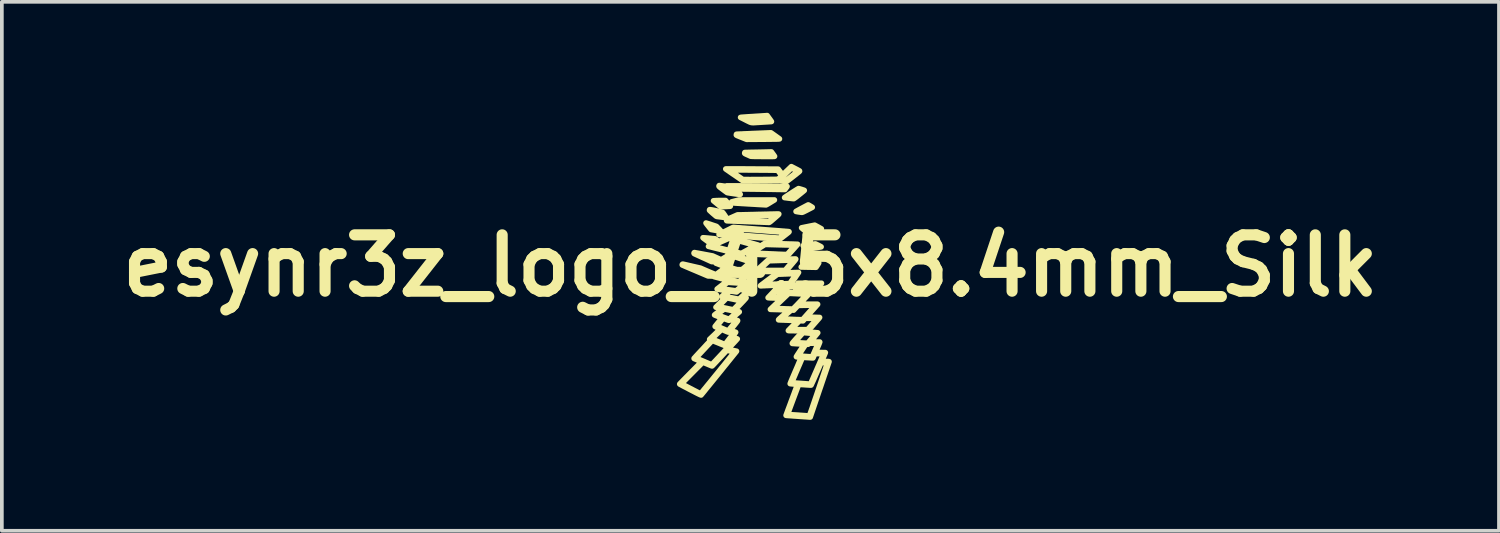
<source format=kicad_pcb>
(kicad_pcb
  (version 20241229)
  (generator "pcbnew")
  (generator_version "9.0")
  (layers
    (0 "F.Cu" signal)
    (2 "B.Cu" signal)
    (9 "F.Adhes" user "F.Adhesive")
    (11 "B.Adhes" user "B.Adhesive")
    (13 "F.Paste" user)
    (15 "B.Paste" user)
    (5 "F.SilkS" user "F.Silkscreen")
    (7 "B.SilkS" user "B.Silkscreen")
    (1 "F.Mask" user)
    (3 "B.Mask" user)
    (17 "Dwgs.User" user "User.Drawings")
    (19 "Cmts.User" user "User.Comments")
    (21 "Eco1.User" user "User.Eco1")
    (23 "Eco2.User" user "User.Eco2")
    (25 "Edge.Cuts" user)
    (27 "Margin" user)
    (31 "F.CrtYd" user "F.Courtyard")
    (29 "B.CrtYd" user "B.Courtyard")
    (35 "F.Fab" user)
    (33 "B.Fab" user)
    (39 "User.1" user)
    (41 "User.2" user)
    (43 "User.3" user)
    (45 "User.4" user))
  (footprint "esynr3z_logo_4.5x8.4mm_Silk"
    (layer "F.Cu")
    (at 17.243 4.135)
    (property "Reference" "esynr3z_logo_4.5x8.4mm_Silk" (at 0 0 0) (layer "F.SilkS") (effects (font (size 1.524 1.524) (thickness 0.3))))
    (attr through_hole)
    (fp_poly (pts (xy -0.609 -1.688) (xy -0.589 -1.666) (xy -0.572 -1.645) (xy -0.558 -1.629) (xy -0.548 -1.617) (xy -0.543 -1.61) (xy -0.543 -1.61) (xy -0.545 -1.608) (xy -0.556 -1.607) (xy -0.574 -1.605) (xy -0.6 -1.604) (xy -0.634 -1.602) (xy -0.678 -1.6) (xy -0.726 -1.598) (xy -0.803 -1.595) (xy -0.901 -1.676) (xy -0.968 -1.731) (xy -0.92 -1.731) (xy -0.916 -1.727) (xy -0.906 -1.718) (xy -0.892 -1.705) (xy -0.873 -1.69) (xy -0.857 -1.676) (xy -0.793 -1.625) (xy -0.697 -1.628) (xy -0.668 -1.629) (xy -0.642 -1.63) (xy -0.621 -1.631) (xy -0.607 -1.631) (xy -0.6 -1.632) (xy -0.6 -1.632) (xy -0.603 -1.636) (xy -0.61 -1.645) (xy -0.622 -1.66) (xy -0.637 -1.677) (xy -0.643 -1.684) (xy -0.687 -1.735) (xy -0.803 -1.735) (xy -0.836 -1.735) (xy -0.865 -1.734) (xy -0.889 -1.734) (xy -0.907 -1.733) (xy -0.917 -1.732) (xy -0.92 -1.731) (xy -0.968 -1.731) (xy -0.998 -1.756) (xy -0.949 -1.759) (xy -0.929 -1.76) (xy -0.902 -1.761) (xy -0.869 -1.762) (xy -0.834 -1.762) (xy -0.798 -1.763) (xy -0.786 -1.763) (xy -0.673 -1.763) (xy -0.609 -1.688)) (stroke (width 0.15) (type solid)) (fill yes) (layer "F.SilkS"))
    (fp_poly (pts (xy 1.848 -0.075) (xy 1.848 -0.075) (xy 1.846 -0.071) (xy 1.84 -0.06) (xy 1.83 -0.044) (xy 1.818 -0.024) (xy 1.812 -0.015) (xy 1.773 0.043) (xy 1.707 0.042) (xy 1.684 0.042) (xy 1.653 0.041) (xy 1.618 0.04) (xy 1.579 0.04) (xy 1.539 0.039) (xy 1.508 0.038) (xy 1.374 0.036) (xy 1.403 0.006) (xy 1.443 0.006) (xy 1.444 0.007) (xy 1.449 0.008) (xy 1.458 0.008) (xy 1.472 0.009) (xy 1.492 0.01) (xy 1.518 0.01) (xy 1.551 0.011) (xy 1.591 0.012) (xy 1.64 0.013) (xy 1.683 0.013) (xy 1.758 0.014) (xy 1.778 -0.015) (xy 1.788 -0.029) (xy 1.794 -0.04) (xy 1.796 -0.045) (xy 1.796 -0.045) (xy 1.791 -0.046) (xy 1.778 -0.046) (xy 1.757 -0.045) (xy 1.73 -0.045) (xy 1.698 -0.044) (xy 1.663 -0.043) (xy 1.639 -0.043) (xy 1.484 -0.039) (xy 1.463 -0.018) (xy 1.452 -0.007) (xy 1.445 0.002) (xy 1.443 0.006) (xy 1.403 0.006) (xy 1.474 -0.067) (xy 1.66 -0.072) (xy 1.701 -0.073) (xy 1.74 -0.074) (xy 1.774 -0.075) (xy 1.803 -0.075) (xy 1.825 -0.075) (xy 1.841 -0.075) (xy 1.848 -0.075)) (stroke (width 0.15) (type solid)) (fill yes) (layer "F.SilkS"))
    (fp_poly (pts (xy 1.838 -0.551) (xy 1.863 -0.538) (xy 1.884 -0.527) (xy 1.9 -0.518) (xy 1.91 -0.512) (xy 1.913 -0.509) (xy 1.913 -0.509) (xy 1.907 -0.508) (xy 1.893 -0.505) (xy 1.871 -0.502) (xy 1.842 -0.497) (xy 1.809 -0.491) (xy 1.771 -0.485) (xy 1.729 -0.479) (xy 1.705 -0.475) (xy 1.504 -0.443) (xy 1.466 -0.49) (xy 1.452 -0.508) (xy 1.442 -0.521) (xy 1.482 -0.521) (xy 1.483 -0.516) (xy 1.489 -0.507) (xy 1.498 -0.495) (xy 1.507 -0.485) (xy 1.515 -0.477) (xy 1.52 -0.474) (xy 1.526 -0.475) (xy 1.54 -0.477) (xy 1.561 -0.481) (xy 1.588 -0.485) (xy 1.62 -0.49) (xy 1.655 -0.496) (xy 1.674 -0.499) (xy 1.71 -0.504) (xy 1.744 -0.51) (xy 1.773 -0.515) (xy 1.796 -0.519) (xy 1.814 -0.522) (xy 1.823 -0.524) (xy 1.824 -0.524) (xy 1.821 -0.527) (xy 1.811 -0.532) (xy 1.796 -0.54) (xy 1.789 -0.543) (xy 1.752 -0.561) (xy 1.618 -0.542) (xy 1.584 -0.537) (xy 1.552 -0.532) (xy 1.525 -0.528) (xy 1.504 -0.525) (xy 1.489 -0.522) (xy 1.482 -0.521) (xy 1.482 -0.521) (xy 1.442 -0.521) (xy 1.44 -0.524) (xy 1.432 -0.535) (xy 1.428 -0.541) (xy 1.428 -0.541) (xy 1.433 -0.542) (xy 1.446 -0.545) (xy 1.466 -0.548) (xy 1.493 -0.552) (xy 1.524 -0.557) (xy 1.56 -0.562) (xy 1.593 -0.567) (xy 1.757 -0.59) (xy 1.838 -0.551)) (stroke (width 0.15) (type solid)) (fill yes) (layer "F.SilkS"))
    (fp_poly (pts (xy -1.196 -1.153) (xy -1.183 -1.149) (xy -1.163 -1.143) (xy -1.138 -1.135) (xy -1.108 -1.126) (xy -1.074 -1.115) (xy -1.058 -1.109) (xy -0.918 -1.063) (xy -0.871 -1.014) (xy -0.843 -0.985) (xy -0.823 -0.963) (xy -0.808 -0.946) (xy -0.801 -0.936) (xy -0.8 -0.931) (xy -0.801 -0.93) (xy -0.808 -0.931) (xy -0.822 -0.934) (xy -0.842 -0.938) (xy -0.867 -0.942) (xy -0.879 -0.944) (xy -0.911 -0.95) (xy -0.945 -0.957) (xy -0.978 -0.963) (xy -1.005 -0.968) (xy -1.008 -0.968) (xy -1.065 -0.979) (xy -1.134 -1.065) (xy -1.153 -1.09) (xy -1.159 -1.097) (xy -1.119 -1.097) (xy -1.117 -1.092) (xy -1.11 -1.082) (xy -1.1 -1.069) (xy -1.094 -1.061) (xy -1.081 -1.045) (xy -1.069 -1.03) (xy -1.06 -1.019) (xy -1.058 -1.016) (xy -1.054 -1.012) (xy -1.047 -1.008) (xy -1.037 -1.004) (xy -1.022 -1) (xy -1.001 -0.996) (xy -0.972 -0.99) (xy -0.967 -0.989) (xy -0.939 -0.984) (xy -0.915 -0.98) (xy -0.896 -0.976) (xy -0.883 -0.974) (xy -0.878 -0.973) (xy -0.878 -0.976) (xy -0.883 -0.985) (xy -0.893 -0.997) (xy -0.899 -1.004) (xy -0.926 -1.035) (xy -1.022 -1.067) (xy -1.05 -1.076) (xy -1.076 -1.084) (xy -1.096 -1.091) (xy -1.111 -1.095) (xy -1.118 -1.097) (xy -1.119 -1.097) (xy -1.159 -1.097) (xy -1.171 -1.112) (xy -1.185 -1.131) (xy -1.195 -1.144) (xy -1.2 -1.152) (xy -1.201 -1.154) (xy -1.196 -1.153)) (stroke (width 0.15) (type solid)) (fill yes) (layer "F.SilkS"))
    (fp_poly (pts (xy 0.611 -1.755) (xy 0.593 -1.744) (xy 0.57 -1.73) (xy 0.544 -1.714) (xy 0.516 -1.697) (xy 0.501 -1.688) (xy 0.477 -1.673) (xy 0.456 -1.661) (xy 0.438 -1.652) (xy 0.426 -1.646) (xy 0.422 -1.644) (xy 0.416 -1.645) (xy 0.401 -1.646) (xy 0.379 -1.647) (xy 0.348 -1.649) (xy 0.311 -1.651) (xy 0.267 -1.653) (xy 0.218 -1.656) (xy 0.164 -1.659) (xy 0.106 -1.663) (xy 0.044 -1.666) (xy -0.02 -1.67) (xy -0.043 -1.671) (xy -0.108 -1.675) (xy -0.171 -1.679) (xy -0.23 -1.682) (xy -0.285 -1.686) (xy -0.336 -1.689) (xy -0.381 -1.691) (xy -0.419 -1.694) (xy -0.452 -1.696) (xy -0.477 -1.697) (xy -0.493 -1.698) (xy -0.502 -1.699) (xy -0.502 -1.699) (xy -0.504 -1.704) (xy -0.505 -1.713) (xy -0.505 -1.723) (xy -0.405 -1.723) (xy -0.364 -1.72) (xy -0.346 -1.718) (xy -0.32 -1.717) (xy -0.29 -1.715) (xy -0.258 -1.713) (xy -0.232 -1.711) (xy -0.142 -1.706) (xy -0.06 -1.702) (xy 0.012 -1.698) (xy 0.077 -1.694) (xy 0.135 -1.691) (xy 0.185 -1.688) (xy 0.228 -1.686) (xy 0.266 -1.683) (xy 0.298 -1.682) (xy 0.324 -1.68) (xy 0.347 -1.679) (xy 0.365 -1.677) (xy 0.379 -1.677) (xy 0.391 -1.676) (xy 0.399 -1.675) (xy 0.406 -1.674) (xy 0.411 -1.674) (xy 0.415 -1.673) (xy 0.416 -1.673) (xy 0.422 -1.675) (xy 0.434 -1.682) (xy 0.451 -1.691) (xy 0.472 -1.704) (xy 0.482 -1.71) (xy 0.543 -1.747) (xy 0.119 -1.748) (xy -0.304 -1.749) (xy -0.355 -1.736) (xy -0.405 -1.723) (xy -0.505 -1.723) (xy -0.506 -1.726) (xy -0.407 -1.752) (xy -0.309 -1.778) (xy 0.17 -1.778) (xy 0.649 -1.778) (xy 0.611 -1.755)) (stroke (width 0.15) (type solid)) (fill yes) (layer "F.SilkS"))
    (fp_poly (pts (xy 1.57 -1.642) (xy 1.581 -1.635) (xy 1.596 -1.627) (xy 1.614 -1.616) (xy 1.632 -1.605) (xy 1.649 -1.595) (xy 1.663 -1.586) (xy 1.671 -1.581) (xy 1.673 -1.579) (xy 1.668 -1.577) (xy 1.657 -1.57) (xy 1.639 -1.561) (xy 1.615 -1.548) (xy 1.587 -1.534) (xy 1.556 -1.518) (xy 1.541 -1.51) (xy 1.5 -1.489) (xy 1.467 -1.473) (xy 1.441 -1.46) (xy 1.421 -1.451) (xy 1.406 -1.446) (xy 1.397 -1.443) (xy 1.394 -1.443) (xy 1.383 -1.444) (xy 1.366 -1.446) (xy 1.343 -1.449) (xy 1.317 -1.453) (xy 1.307 -1.454) (xy 1.282 -1.458) (xy 1.261 -1.462) (xy 1.245 -1.465) (xy 1.236 -1.467) (xy 1.234 -1.467) (xy 1.238 -1.47) (xy 1.249 -1.476) (xy 1.261 -1.483) (xy 1.324 -1.483) (xy 1.33 -1.481) (xy 1.342 -1.479) (xy 1.357 -1.476) (xy 1.373 -1.474) (xy 1.387 -1.472) (xy 1.391 -1.472) (xy 1.399 -1.474) (xy 1.415 -1.48) (xy 1.438 -1.49) (xy 1.466 -1.504) (xy 1.499 -1.52) (xy 1.51 -1.526) (xy 1.616 -1.581) (xy 1.593 -1.595) (xy 1.579 -1.603) (xy 1.568 -1.609) (xy 1.563 -1.61) (xy 1.558 -1.608) (xy 1.546 -1.602) (xy 1.528 -1.593) (xy 1.505 -1.582) (xy 1.48 -1.568) (xy 1.453 -1.554) (xy 1.426 -1.54) (xy 1.399 -1.525) (xy 1.375 -1.512) (xy 1.354 -1.5) (xy 1.337 -1.491) (xy 1.327 -1.485) (xy 1.324 -1.483) (xy 1.261 -1.483) (xy 1.266 -1.486) (xy 1.289 -1.498) (xy 1.315 -1.513) (xy 1.345 -1.529) (xy 1.376 -1.546) (xy 1.409 -1.563) (xy 1.441 -1.58) (xy 1.471 -1.596) (xy 1.499 -1.611) (xy 1.523 -1.623) (xy 1.543 -1.634) (xy 1.557 -1.641) (xy 1.564 -1.644) (xy 1.564 -1.644) (xy 1.57 -1.642)) (stroke (width 0.15) (type solid)) (fill yes) (layer "F.SilkS"))
    (fp_poly (pts (xy 1.827 -1.049) (xy 1.853 -1.034) (xy 1.877 -1.021) (xy 1.896 -1.01) (xy 1.91 -1.002) (xy 1.918 -0.998) (xy 1.918 -0.998) (xy 1.914 -0.996) (xy 1.902 -0.992) (xy 1.883 -0.986) (xy 1.858 -0.979) (xy 1.828 -0.971) (xy 1.794 -0.962) (xy 1.757 -0.952) (xy 1.719 -0.942) (xy 1.679 -0.932) (xy 1.641 -0.922) (xy 1.603 -0.913) (xy 1.569 -0.904) (xy 1.554 -0.901) (xy 1.548 -0.9) (xy 1.543 -0.9) (xy 1.536 -0.903) (xy 1.527 -0.909) (xy 1.514 -0.918) (xy 1.496 -0.931) (xy 1.473 -0.949) (xy 1.459 -0.96) (xy 1.436 -0.979) (xy 1.416 -0.995) (xy 1.401 -1.008) (xy 1.446 -1.008) (xy 1.493 -0.969) (xy 1.511 -0.955) (xy 1.527 -0.942) (xy 1.539 -0.934) (xy 1.545 -0.93) (xy 1.546 -0.93) (xy 1.551 -0.931) (xy 1.565 -0.934) (xy 1.586 -0.939) (xy 1.612 -0.945) (xy 1.644 -0.953) (xy 1.679 -0.962) (xy 1.698 -0.967) (xy 1.733 -0.976) (xy 1.766 -0.984) (xy 1.794 -0.992) (xy 1.816 -0.998) (xy 1.832 -1.003) (xy 1.84 -1.006) (xy 1.841 -1.007) (xy 1.834 -1.012) (xy 1.821 -1.02) (xy 1.804 -1.029) (xy 1.784 -1.039) (xy 1.765 -1.049) (xy 1.749 -1.057) (xy 1.737 -1.062) (xy 1.731 -1.064) (xy 1.724 -1.063) (xy 1.71 -1.06) (xy 1.688 -1.056) (xy 1.661 -1.051) (xy 1.629 -1.045) (xy 1.594 -1.038) (xy 1.584 -1.036) (xy 1.446 -1.008) (xy 1.401 -1.008) (xy 1.4 -1.009) (xy 1.389 -1.019) (xy 1.384 -1.024) (xy 1.384 -1.024) (xy 1.389 -1.026) (xy 1.403 -1.028) (xy 1.424 -1.033) (xy 1.451 -1.038) (xy 1.483 -1.045) (xy 1.52 -1.052) (xy 1.56 -1.06) (xy 1.563 -1.061) (xy 1.739 -1.096) (xy 1.827 -1.049)) (stroke (width 0.15) (type solid)) (fill yes) (layer "F.SilkS"))
    (fp_poly (pts (xy -1.083 -1.514) (xy -1.062 -1.511) (xy -1.036 -1.507) (xy -1.006 -1.501) (xy -0.973 -1.494) (xy -0.938 -1.487) (xy -0.902 -1.479) (xy -0.867 -1.471) (xy -0.835 -1.463) (xy -0.805 -1.455) (xy -0.781 -1.448) (xy -0.762 -1.442) (xy -0.75 -1.438) (xy -0.747 -1.436) (xy -0.74 -1.427) (xy -0.73 -1.413) (xy -0.718 -1.396) (xy -0.704 -1.376) (xy -0.691 -1.356) (xy -0.678 -1.337) (xy -0.667 -1.32) (xy -0.659 -1.308) (xy -0.655 -1.3) (xy -0.655 -1.299) (xy -0.661 -1.3) (xy -0.675 -1.302) (xy -0.695 -1.304) (xy -0.722 -1.308) (xy -0.752 -1.312) (xy -0.785 -1.316) (xy -0.819 -1.32) (xy -0.849 -1.324) (xy -0.876 -1.327) (xy -0.897 -1.33) (xy -0.911 -1.333) (xy -0.917 -1.334) (xy -0.923 -1.338) (xy -0.935 -1.347) (xy -0.952 -1.361) (xy -0.972 -1.378) (xy -0.994 -1.397) (xy -1.017 -1.416) (xy -1.039 -1.436) (xy -1.06 -1.455) (xy -1.079 -1.472) (xy -1.086 -1.479) (xy -1.044 -1.479) (xy -1.04 -1.476) (xy -1.031 -1.467) (xy -1.018 -1.455) (xy -1.001 -1.441) (xy -0.982 -1.425) (xy -0.963 -1.408) (xy -0.945 -1.393) (xy -0.93 -1.38) (xy -0.918 -1.37) (xy -0.916 -1.368) (xy -0.909 -1.364) (xy -0.898 -1.361) (xy -0.882 -1.357) (xy -0.859 -1.353) (xy -0.828 -1.349) (xy -0.822 -1.349) (xy -0.787 -1.344) (xy -0.76 -1.341) (xy -0.741 -1.339) (xy -0.728 -1.338) (xy -0.72 -1.338) (xy -0.717 -1.339) (xy -0.716 -1.341) (xy -0.717 -1.343) (xy -0.721 -1.35) (xy -0.729 -1.362) (xy -0.74 -1.377) (xy -0.744 -1.384) (xy -0.768 -1.418) (xy -0.821 -1.43) (xy -0.863 -1.44) (xy -0.903 -1.449) (xy -0.94 -1.457) (xy -0.972 -1.464) (xy -1 -1.47) (xy -1.022 -1.475) (xy -1.037 -1.478) (xy -1.043 -1.479) (xy -1.044 -1.479) (xy -1.086 -1.479) (xy -1.093 -1.486) (xy -1.103 -1.495) (xy -1.106 -1.499) (xy -1.104 -1.51) (xy -1.103 -1.514) (xy -1.097 -1.515) (xy -1.083 -1.514)) (stroke (width 0.15) (type solid)) (fill yes) (layer "F.SilkS"))
    (fp_poly (pts (xy 1.222 -0.181) (xy 1.223 -0.181) (xy 1.225 -0.181) (xy 1.226 -0.179) (xy 1.225 -0.175) (xy 1.221 -0.168) (xy 1.215 -0.159) (xy 1.205 -0.146) (xy 1.191 -0.128) (xy 1.172 -0.106) (xy 1.149 -0.078) (xy 1.12 -0.044) (xy 1.092 -0.011) (xy 0.949 0.158) (xy 0.614 0.157) (xy 0.557 0.157) (xy 0.5 0.157) (xy 0.446 0.156) (xy 0.394 0.156) (xy 0.347 0.156) (xy 0.306 0.155) (xy 0.27 0.155) (xy 0.241 0.154) (xy 0.221 0.154) (xy 0.214 0.154) (xy 0.148 0.151) (xy 0.176 0.126) (xy 0.221 0.126) (xy 0.226 0.126) (xy 0.239 0.127) (xy 0.26 0.127) (xy 0.289 0.128) (xy 0.324 0.128) (xy 0.366 0.129) (xy 0.412 0.129) (xy 0.463 0.129) (xy 0.517 0.129) (xy 0.575 0.129) (xy 0.578 0.129) (xy 0.937 0.129) (xy 1.03 0.018) (xy 1.055 -0.011) (xy 1.08 -0.04) (xy 1.102 -0.067) (xy 1.122 -0.09) (xy 1.138 -0.109) (xy 1.148 -0.122) (xy 1.15 -0.123) (xy 1.176 -0.155) (xy 1.095 -0.152) (xy 1.074 -0.151) (xy 1.045 -0.15) (xy 1.008 -0.149) (xy 0.966 -0.147) (xy 0.92 -0.146) (xy 0.871 -0.144) (xy 0.819 -0.143) (xy 0.767 -0.141) (xy 0.757 -0.141) (xy 0.501 -0.133) (xy 0.453 -0.089) (xy 0.435 -0.073) (xy 0.413 -0.052) (xy 0.386 -0.028) (xy 0.358 -0.002) (xy 0.329 0.025) (xy 0.314 0.038) (xy 0.289 0.061) (xy 0.267 0.082) (xy 0.248 0.099) (xy 0.234 0.113) (xy 0.224 0.122) (xy 0.221 0.126) (xy 0.176 0.126) (xy 0.3 0.012) (xy 0.333 -0.018) (xy 0.365 -0.047) (xy 0.394 -0.073) (xy 0.419 -0.097) (xy 0.441 -0.116) (xy 0.458 -0.132) (xy 0.469 -0.142) (xy 0.472 -0.144) (xy 0.491 -0.162) (xy 0.851 -0.172) (xy 0.909 -0.174) (xy 0.964 -0.176) (xy 1.016 -0.177) (xy 1.065 -0.178) (xy 1.108 -0.179) (xy 1.145 -0.18) (xy 1.176 -0.181) (xy 1.2 -0.181) (xy 1.216 -0.182) (xy 1.222 -0.181)) (stroke (width 0.15) (type solid)) (fill yes) (layer "F.SilkS"))
    (fp_poly (pts (xy 0.671 -3.512) (xy 0.786 -3.429) (xy 0.762 -3.426) (xy 0.754 -3.425) (xy 0.737 -3.425) (xy 0.711 -3.424) (xy 0.679 -3.424) (xy 0.639 -3.423) (xy 0.594 -3.423) (xy 0.544 -3.422) (xy 0.489 -3.421) (xy 0.431 -3.421) (xy 0.369 -3.42) (xy 0.318 -3.42) (xy -0.103 -3.417) (xy -0.243 -3.473) (xy -0.282 -3.488) (xy -0.313 -3.501) (xy -0.337 -3.511) (xy -0.355 -3.518) (xy -0.367 -3.524) (xy -0.373 -3.528) (xy -0.299 -3.528) (xy -0.294 -3.525) (xy -0.281 -3.52) (xy -0.262 -3.512) (xy -0.238 -3.502) (xy -0.21 -3.491) (xy -0.192 -3.484) (xy -0.087 -3.443) (xy -0.028 -3.445) (xy -0.013 -3.445) (xy 0.011 -3.445) (xy 0.042 -3.445) (xy 0.08 -3.446) (xy 0.123 -3.446) (xy 0.172 -3.447) (xy 0.224 -3.447) (xy 0.279 -3.448) (xy 0.336 -3.448) (xy 0.365 -3.449) (xy 0.421 -3.449) (xy 0.474 -3.45) (xy 0.522 -3.451) (xy 0.567 -3.451) (xy 0.606 -3.452) (xy 0.639 -3.453) (xy 0.666 -3.453) (xy 0.685 -3.454) (xy 0.695 -3.455) (xy 0.697 -3.455) (xy 0.693 -3.459) (xy 0.682 -3.467) (xy 0.666 -3.48) (xy 0.645 -3.495) (xy 0.622 -3.511) (xy 0.621 -3.512) (xy 0.546 -3.566) (xy 0.375 -3.559) (xy 0.292 -3.555) (xy 0.212 -3.552) (xy 0.135 -3.548) (xy 0.063 -3.545) (xy -0.004 -3.543) (xy -0.065 -3.54) (xy -0.119 -3.538) (xy -0.166 -3.536) (xy -0.204 -3.534) (xy -0.217 -3.534) (xy -0.244 -3.533) (xy -0.267 -3.531) (xy -0.285 -3.53) (xy -0.296 -3.529) (xy -0.299 -3.528) (xy -0.373 -3.528) (xy -0.375 -3.529) (xy -0.379 -3.532) (xy -0.381 -3.535) (xy -0.381 -3.539) (xy -0.38 -3.541) (xy -0.378 -3.551) (xy -0.377 -3.554) (xy -0.372 -3.555) (xy -0.358 -3.556) (xy -0.336 -3.557) (xy -0.307 -3.558) (xy -0.27 -3.56) (xy -0.227 -3.561) (xy -0.179 -3.564) (xy -0.125 -3.566) (xy -0.067 -3.568) (xy -0.005 -3.571) (xy 0.059 -3.574) (xy 0.09 -3.575) (xy 0.555 -3.594) (xy 0.671 -3.512)) (stroke (width 0.15) (type solid)) (fill yes) (layer "F.SilkS"))
    (fp_poly (pts (xy 1.309 -2.083) (xy 1.324 -2.08) (xy 1.343 -2.074) (xy 1.365 -2.068) (xy 1.388 -2.061) (xy 1.41 -2.054) (xy 1.43 -2.047) (xy 1.446 -2.042) (xy 1.455 -2.038) (xy 1.457 -2.036) (xy 1.453 -2.033) (xy 1.443 -2.024) (xy 1.427 -2.01) (xy 1.406 -1.993) (xy 1.38 -1.972) (xy 1.352 -1.949) (xy 1.32 -1.924) (xy 1.318 -1.922) (xy 1.278 -1.89) (xy 1.245 -1.864) (xy 1.219 -1.844) (xy 1.198 -1.829) (xy 1.183 -1.819) (xy 1.173 -1.813) (xy 1.169 -1.812) (xy 1.161 -1.813) (xy 1.145 -1.815) (xy 1.123 -1.817) (xy 1.095 -1.82) (xy 1.064 -1.824) (xy 1.044 -1.826) (xy 1.011 -1.83) (xy 0.982 -1.834) (xy 0.958 -1.837) (xy 0.939 -1.839) (xy 0.927 -1.841) (xy 0.924 -1.841) (xy 0.927 -1.844) (xy 0.937 -1.852) (xy 0.95 -1.861) (xy 1.006 -1.861) (xy 1.006 -1.86) (xy 1.012 -1.859) (xy 1.025 -1.858) (xy 1.044 -1.855) (xy 1.067 -1.852) (xy 1.091 -1.849) (xy 1.115 -1.846) (xy 1.136 -1.844) (xy 1.153 -1.842) (xy 1.164 -1.841) (xy 1.165 -1.841) (xy 1.17 -1.844) (xy 1.182 -1.852) (xy 1.199 -1.865) (xy 1.221 -1.881) (xy 1.246 -1.901) (xy 1.274 -1.923) (xy 1.284 -1.931) (xy 1.312 -1.953) (xy 1.338 -1.974) (xy 1.36 -1.993) (xy 1.377 -2.007) (xy 1.39 -2.018) (xy 1.396 -2.024) (xy 1.396 -2.025) (xy 1.392 -2.027) (xy 1.381 -2.032) (xy 1.364 -2.038) (xy 1.35 -2.042) (xy 1.303 -2.056) (xy 1.152 -1.959) (xy 1.118 -1.937) (xy 1.087 -1.917) (xy 1.06 -1.899) (xy 1.037 -1.884) (xy 1.02 -1.872) (xy 1.009 -1.864) (xy 1.006 -1.861) (xy 0.95 -1.861) (xy 0.953 -1.863) (xy 0.974 -1.877) (xy 1 -1.894) (xy 1.029 -1.913) (xy 1.061 -1.934) (xy 1.094 -1.955) (xy 1.127 -1.977) (xy 1.16 -1.998) (xy 1.192 -2.019) (xy 1.222 -2.037) (xy 1.248 -2.054) (xy 1.27 -2.067) (xy 1.287 -2.077) (xy 1.298 -2.083) (xy 1.302 -2.085) (xy 1.309 -2.083)) (stroke (width 0.15) (type solid)) (fill yes) (layer "F.SilkS"))
    (fp_poly (pts (xy 0.609 -3.021) (xy 0.624 -3.001) (xy 0.636 -2.983) (xy 0.646 -2.968) (xy 0.652 -2.96) (xy 0.653 -2.959) (xy 0.653 -2.957) (xy 0.649 -2.956) (xy 0.642 -2.955) (xy 0.63 -2.954) (xy 0.612 -2.954) (xy 0.589 -2.953) (xy 0.56 -2.953) (xy 0.523 -2.953) (xy 0.479 -2.953) (xy 0.426 -2.953) (xy 0.387 -2.953) (xy 0.335 -2.953) (xy 0.285 -2.954) (xy 0.237 -2.954) (xy 0.192 -2.954) (xy 0.152 -2.955) (xy 0.118 -2.955) (xy 0.091 -2.956) (xy 0.071 -2.956) (xy 0.065 -2.957) (xy 0.012 -2.959) (xy -0.073 -2.997) (xy -0.102 -3.01) (xy -0.124 -3.02) (xy -0.139 -3.028) (xy -0.145 -3.031) (xy -0.069 -3.031) (xy -0.063 -3.026) (xy -0.049 -3.019) (xy -0.027 -3.008) (xy -0.023 -3.006) (xy 0.031 -2.982) (xy 0.315 -2.981) (xy 0.366 -2.981) (xy 0.415 -2.981) (xy 0.459 -2.982) (xy 0.499 -2.982) (xy 0.533 -2.982) (xy 0.561 -2.982) (xy 0.582 -2.983) (xy 0.595 -2.983) (xy 0.599 -2.984) (xy 0.596 -2.989) (xy 0.589 -2.999) (xy 0.579 -3.014) (xy 0.576 -3.018) (xy 0.554 -3.049) (xy 0.472 -3.046) (xy 0.45 -3.046) (xy 0.42 -3.045) (xy 0.383 -3.044) (xy 0.34 -3.043) (xy 0.294 -3.042) (xy 0.246 -3.041) (xy 0.197 -3.041) (xy 0.165 -3.04) (xy 0.12 -3.039) (xy 0.077 -3.039) (xy 0.037 -3.038) (xy 0.003 -3.037) (xy -0.026 -3.036) (xy -0.048 -3.035) (xy -0.063 -3.035) (xy -0.068 -3.034) (xy -0.069 -3.031) (xy -0.145 -3.031) (xy -0.148 -3.033) (xy -0.154 -3.038) (xy -0.155 -3.042) (xy -0.155 -3.046) (xy -0.155 -3.048) (xy -0.152 -3.057) (xy -0.151 -3.061) (xy -0.146 -3.061) (xy -0.133 -3.062) (xy -0.112 -3.062) (xy -0.083 -3.063) (xy -0.049 -3.064) (xy -0.009 -3.065) (xy 0.034 -3.066) (xy 0.082 -3.066) (xy 0.106 -3.067) (xy 0.159 -3.068) (xy 0.212 -3.069) (xy 0.264 -3.07) (xy 0.314 -3.071) (xy 0.361 -3.072) (xy 0.402 -3.073) (xy 0.436 -3.074) (xy 0.463 -3.074) (xy 0.465 -3.075) (xy 0.568 -3.077) (xy 0.609 -3.021)) (stroke (width 0.15) (type solid)) (fill yes) (layer "F.SilkS"))
    (fp_poly (pts (xy 0.511 -3.98) (xy 0.529 -3.956) (xy 0.544 -3.934) (xy 0.556 -3.917) (xy 0.565 -3.904) (xy 0.569 -3.898) (xy 0.569 -3.898) (xy 0.564 -3.897) (xy 0.55 -3.896) (xy 0.53 -3.895) (xy 0.504 -3.893) (xy 0.474 -3.891) (xy 0.445 -3.889) (xy 0.403 -3.887) (xy 0.354 -3.884) (xy 0.303 -3.881) (xy 0.253 -3.878) (xy 0.209 -3.875) (xy 0.2 -3.875) (xy 0.156 -3.872) (xy 0.12 -3.87) (xy 0.09 -3.868) (xy 0.066 -3.868) (xy 0.045 -3.869) (xy 0.026 -3.872) (xy 0.008 -3.876) (xy -0.011 -3.883) (xy -0.032 -3.893) (xy -0.057 -3.905) (xy -0.088 -3.92) (xy -0.125 -3.939) (xy -0.224 -3.989) (xy -0.153 -3.989) (xy -0.149 -3.985) (xy -0.139 -3.979) (xy -0.123 -3.97) (xy -0.099 -3.958) (xy -0.072 -3.944) (xy -0.04 -3.928) (xy -0.016 -3.916) (xy 0.003 -3.908) (xy 0.017 -3.902) (xy 0.028 -3.899) (xy 0.038 -3.897) (xy 0.047 -3.897) (xy 0.057 -3.897) (xy 0.076 -3.897) (xy 0.101 -3.899) (xy 0.133 -3.9) (xy 0.171 -3.902) (xy 0.212 -3.904) (xy 0.256 -3.907) (xy 0.287 -3.908) (xy 0.331 -3.911) (xy 0.373 -3.913) (xy 0.411 -3.915) (xy 0.444 -3.917) (xy 0.472 -3.919) (xy 0.493 -3.92) (xy 0.505 -3.921) (xy 0.509 -3.921) (xy 0.512 -3.923) (xy 0.51 -3.929) (xy 0.505 -3.939) (xy 0.494 -3.955) (xy 0.478 -3.977) (xy 0.439 -4.031) (xy 0.415 -4.028) (xy 0.403 -4.027) (xy 0.384 -4.026) (xy 0.358 -4.024) (xy 0.328 -4.022) (xy 0.294 -4.02) (xy 0.271 -4.018) (xy 0.232 -4.016) (xy 0.186 -4.013) (xy 0.137 -4.01) (xy 0.087 -4.007) (xy 0.04 -4.003) (xy 0.01 -4.002) (xy -0.027 -3.999) (xy -0.061 -3.997) (xy -0.092 -3.995) (xy -0.117 -3.994) (xy -0.136 -3.992) (xy -0.147 -3.992) (xy -0.149 -3.992) (xy -0.153 -3.991) (xy -0.153 -3.989) (xy -0.224 -3.989) (xy -0.266 -4.01) (xy -0.244 -4.013) (xy -0.236 -4.014) (xy -0.219 -4.015) (xy -0.194 -4.017) (xy -0.162 -4.019) (xy -0.124 -4.022) (xy -0.081 -4.025) (xy -0.033 -4.028) (xy 0.018 -4.031) (xy 0.072 -4.034) (xy 0.086 -4.035) (xy 0.141 -4.039) (xy 0.193 -4.042) (xy 0.242 -4.045) (xy 0.287 -4.048) (xy 0.328 -4.051) (xy 0.362 -4.053) (xy 0.39 -4.055) (xy 0.411 -4.056) (xy 0.423 -4.057) (xy 0.424 -4.057) (xy 0.453 -4.06) (xy 0.511 -3.98)) (stroke (width 0.15) (type solid)) (fill yes) (layer "F.SilkS"))
    (fp_poly (pts (xy 0.667 -0.596) (xy 0.764 -0.594) (xy 0.852 -0.592) (xy 0.93 -0.59) (xy 0.999 -0.588) (xy 1.06 -0.586) (xy 1.113 -0.585) (xy 1.158 -0.584) (xy 1.196 -0.582) (xy 1.226 -0.581) (xy 1.248 -0.581) (xy 1.264 -0.58) (xy 1.274 -0.579) (xy 1.277 -0.579) (xy 1.274 -0.575) (xy 1.266 -0.565) (xy 1.252 -0.549) (xy 1.234 -0.529) (xy 1.212 -0.504) (xy 1.187 -0.475) (xy 1.159 -0.444) (xy 1.142 -0.425) (xy 1.005 -0.273) (xy 0.966 -0.274) (xy 0.956 -0.274) (xy 0.937 -0.275) (xy 0.91 -0.276) (xy 0.875 -0.277) (xy 0.834 -0.279) (xy 0.786 -0.281) (xy 0.733 -0.283) (xy 0.676 -0.285) (xy 0.615 -0.288) (xy 0.551 -0.291) (xy 0.484 -0.294) (xy 0.45 -0.295) (xy 0.383 -0.298) (xy 0.319 -0.301) (xy 0.257 -0.303) (xy 0.199 -0.306) (xy 0.145 -0.308) (xy 0.097 -0.311) (xy 0.055 -0.312) (xy 0.019 -0.314) (xy -0.01 -0.315) (xy -0.031 -0.316) (xy -0.044 -0.317) (xy -0.047 -0.317) (xy -0.051 -0.318) (xy -0.054 -0.318) (xy -0.055 -0.32) (xy -0.053 -0.323) (xy -0.048 -0.327) (xy -0.04 -0.334) (xy -0.027 -0.342) (xy -0.026 -0.343) (xy 0.031 -0.343) (xy 0.034 -0.341) (xy 0.045 -0.34) (xy 0.051 -0.34) (xy 0.062 -0.34) (xy 0.08 -0.339) (xy 0.106 -0.339) (xy 0.137 -0.337) (xy 0.173 -0.336) (xy 0.211 -0.334) (xy 0.233 -0.333) (xy 0.279 -0.331) (xy 0.33 -0.329) (xy 0.381 -0.327) (xy 0.432 -0.325) (xy 0.479 -0.323) (xy 0.519 -0.321) (xy 0.52 -0.321) (xy 0.563 -0.319) (xy 0.612 -0.317) (xy 0.664 -0.315) (xy 0.716 -0.312) (xy 0.764 -0.31) (xy 0.786 -0.309) (xy 0.823 -0.308) (xy 0.86 -0.306) (xy 0.893 -0.305) (xy 0.922 -0.304) (xy 0.944 -0.304) (xy 0.959 -0.304) (xy 0.959 -0.304) (xy 0.995 -0.304) (xy 1.107 -0.429) (xy 1.218 -0.554) (xy 1.181 -0.555) (xy 1.17 -0.555) (xy 1.15 -0.556) (xy 1.123 -0.556) (xy 1.088 -0.557) (xy 1.048 -0.558) (xy 1.001 -0.56) (xy 0.95 -0.561) (xy 0.896 -0.562) (xy 0.838 -0.564) (xy 0.778 -0.565) (xy 0.769 -0.565) (xy 0.396 -0.575) (xy 0.218 -0.464) (xy 0.181 -0.441) (xy 0.146 -0.419) (xy 0.114 -0.398) (xy 0.086 -0.381) (xy 0.063 -0.366) (xy 0.047 -0.355) (xy 0.036 -0.349) (xy 0.034 -0.347) (xy 0.031 -0.343) (xy -0.026 -0.343) (xy -0.01 -0.354) (xy 0.013 -0.369) (xy 0.042 -0.387) (xy 0.077 -0.409) (xy 0.12 -0.436) (xy 0.161 -0.461) (xy 0.388 -0.603) (xy 0.667 -0.596)) (stroke (width 0.15) (type solid)) (fill yes) (layer "F.SilkS"))
    (fp_poly (pts (xy -0.267 -1.022) (xy -0.235 -1.019) (xy -0.195 -1.016) (xy -0.146 -1.013) (xy -0.091 -1.008) (xy -0.03 -1.004) (xy 0.036 -0.999) (xy 0.106 -0.994) (xy 0.179 -0.988) (xy 0.254 -0.983) (xy 0.33 -0.977) (xy 0.407 -0.971) (xy 0.479 -0.966) (xy 0.551 -0.96) (xy 0.62 -0.955) (xy 0.687 -0.95) (xy 0.749 -0.945) (xy 0.807 -0.941) (xy 0.86 -0.936) (xy 0.908 -0.933) (xy 0.949 -0.929) (xy 0.983 -0.927) (xy 1.01 -0.924) (xy 1.029 -0.923) (xy 1.039 -0.921) (xy 1.041 -0.921) (xy 1.044 -0.92) (xy 1.045 -0.918) (xy 1.043 -0.914) (xy 1.038 -0.909) (xy 1.029 -0.9) (xy 1.015 -0.889) (xy 0.996 -0.874) (xy 0.971 -0.854) (xy 0.939 -0.829) (xy 0.927 -0.82) (xy 0.896 -0.796) (xy 0.868 -0.774) (xy 0.843 -0.755) (xy 0.822 -0.739) (xy 0.806 -0.728) (xy 0.796 -0.72) (xy 0.794 -0.718) (xy 0.788 -0.719) (xy 0.774 -0.719) (xy 0.751 -0.721) (xy 0.72 -0.723) (xy 0.682 -0.726) (xy 0.636 -0.729) (xy 0.584 -0.733) (xy 0.525 -0.737) (xy 0.461 -0.742) (xy 0.392 -0.747) (xy 0.319 -0.753) (xy 0.241 -0.758) (xy 0.16 -0.765) (xy 0.075 -0.771) (xy -0.012 -0.778) (xy -0.027 -0.779) (xy -0.115 -0.786) (xy -0.2 -0.793) (xy -0.282 -0.799) (xy -0.36 -0.805) (xy -0.435 -0.811) (xy -0.504 -0.816) (xy -0.569 -0.822) (xy -0.629 -0.826) (xy -0.682 -0.83) (xy -0.729 -0.834) (xy -0.768 -0.837) (xy -0.801 -0.84) (xy -0.825 -0.842) (xy -0.841 -0.843) (xy -0.847 -0.844) (xy -0.848 -0.844) (xy -0.844 -0.847) (xy -0.833 -0.853) (xy -0.815 -0.862) (xy -0.811 -0.865) (xy -0.738 -0.865) (xy -0.735 -0.863) (xy -0.726 -0.863) (xy -0.708 -0.861) (xy -0.682 -0.859) (xy -0.649 -0.856) (xy -0.609 -0.853) (xy -0.562 -0.849) (xy -0.51 -0.845) (xy -0.453 -0.841) (xy -0.391 -0.836) (xy -0.326 -0.831) (xy -0.258 -0.826) (xy -0.188 -0.82) (xy -0.115 -0.814) (xy -0.042 -0.809) (xy 0.032 -0.803) (xy 0.105 -0.797) (xy 0.178 -0.792) (xy 0.249 -0.786) (xy 0.318 -0.781) (xy 0.385 -0.776) (xy 0.448 -0.771) (xy 0.507 -0.767) (xy 0.561 -0.762) (xy 0.61 -0.759) (xy 0.653 -0.756) (xy 0.689 -0.753) (xy 0.719 -0.751) (xy 0.74 -0.749) (xy 0.753 -0.748) (xy 0.756 -0.748) (xy 0.786 -0.748) (xy 0.882 -0.821) (xy 0.908 -0.841) (xy 0.931 -0.859) (xy 0.951 -0.874) (xy 0.966 -0.886) (xy 0.975 -0.894) (xy 0.977 -0.896) (xy 0.973 -0.897) (xy 0.959 -0.898) (xy 0.937 -0.9) (xy 0.907 -0.903) (xy 0.869 -0.906) (xy 0.824 -0.909) (xy 0.773 -0.914) (xy 0.716 -0.918) (xy 0.654 -0.923) (xy 0.587 -0.928) (xy 0.515 -0.934) (xy 0.44 -0.939) (xy 0.361 -0.946) (xy 0.28 -0.952) (xy 0.26 -0.953) (xy -0.458 -1.008) (xy -0.604 -0.936) (xy -0.644 -0.917) (xy -0.676 -0.901) (xy -0.7 -0.888) (xy -0.718 -0.879) (xy -0.73 -0.872) (xy -0.736 -0.867) (xy -0.738 -0.865) (xy -0.811 -0.865) (xy -0.791 -0.875) (xy -0.762 -0.89) (xy -0.728 -0.907) (xy -0.691 -0.925) (xy -0.658 -0.941) (xy -0.465 -1.037) (xy -0.267 -1.022)) (stroke (width 0.15) (type solid)) (fill yes) (layer "F.SilkS"))
    (fp_poly (pts (xy 1.302 0.183) (xy 1.299 0.187) (xy 1.292 0.198) (xy 1.281 0.215) (xy 1.267 0.237) (xy 1.249 0.262) (xy 1.23 0.291) (xy 1.21 0.321) (xy 1.189 0.352) (xy 1.168 0.382) (xy 1.148 0.412) (xy 1.129 0.439) (xy 1.113 0.463) (xy 1.099 0.483) (xy 1.089 0.497) (xy 1.083 0.505) (xy 1.082 0.506) (xy 1.08 0.507) (xy 1.076 0.508) (xy 1.069 0.509) (xy 1.059 0.51) (xy 1.046 0.511) (xy 1.028 0.512) (xy 1.007 0.513) (xy 0.98 0.515) (xy 0.947 0.516) (xy 0.909 0.518) (xy 0.864 0.52) (xy 0.813 0.522) (xy 0.754 0.525) (xy 0.687 0.528) (xy 0.612 0.531) (xy 0.528 0.534) (xy 0.455 0.537) (xy 0.421 0.538) (xy 0.387 0.54) (xy 0.356 0.541) (xy 0.33 0.542) (xy 0.31 0.543) (xy 0.305 0.544) (xy 0.286 0.545) (xy 0.275 0.545) (xy 0.271 0.544) (xy 0.272 0.541) (xy 0.276 0.537) (xy 0.281 0.533) (xy 0.294 0.523) (xy 0.311 0.51) (xy 0.362 0.51) (xy 0.364 0.512) (xy 0.371 0.512) (xy 0.385 0.512) (xy 0.407 0.511) (xy 0.41 0.511) (xy 0.424 0.51) (xy 0.447 0.509) (xy 0.477 0.508) (xy 0.514 0.506) (xy 0.557 0.504) (xy 0.604 0.502) (xy 0.654 0.5) (xy 0.707 0.498) (xy 0.762 0.496) (xy 0.764 0.496) (xy 0.817 0.493) (xy 0.867 0.491) (xy 0.913 0.489) (xy 0.955 0.487) (xy 0.991 0.486) (xy 1.021 0.485) (xy 1.044 0.484) (xy 1.06 0.483) (xy 1.066 0.482) (xy 1.067 0.482) (xy 1.069 0.478) (xy 1.077 0.467) (xy 1.088 0.45) (xy 1.103 0.428) (xy 1.121 0.402) (xy 1.141 0.372) (xy 1.155 0.352) (xy 1.176 0.321) (xy 1.196 0.292) (xy 1.213 0.266) (xy 1.227 0.245) (xy 1.237 0.229) (xy 1.243 0.219) (xy 1.245 0.217) (xy 1.244 0.213) (xy 1.237 0.212) (xy 1.224 0.213) (xy 1.212 0.214) (xy 1.192 0.215) (xy 1.166 0.216) (xy 1.137 0.217) (xy 1.109 0.218) (xy 1.079 0.219) (xy 1.042 0.22) (xy 1.001 0.221) (xy 0.956 0.223) (xy 0.912 0.224) (xy 0.876 0.226) (xy 0.733 0.231) (xy 0.552 0.365) (xy 0.515 0.392) (xy 0.481 0.418) (xy 0.449 0.442) (xy 0.421 0.463) (xy 0.398 0.48) (xy 0.38 0.494) (xy 0.369 0.503) (xy 0.364 0.507) (xy 0.362 0.51) (xy 0.311 0.51) (xy 0.312 0.509) (xy 0.337 0.491) (xy 0.366 0.469) (xy 0.399 0.444) (xy 0.435 0.416) (xy 0.475 0.387) (xy 0.505 0.365) (xy 0.552 0.33) (xy 0.591 0.3) (xy 0.625 0.276) (xy 0.652 0.256) (xy 0.675 0.239) (xy 0.693 0.227) (xy 0.707 0.217) (xy 0.718 0.21) (xy 0.727 0.206) (xy 0.733 0.203) (xy 0.739 0.202) (xy 0.743 0.201) (xy 0.744 0.201) (xy 0.753 0.201) (xy 0.77 0.201) (xy 0.795 0.2) (xy 0.826 0.199) (xy 0.864 0.198) (xy 0.906 0.196) (xy 0.952 0.195) (xy 1.001 0.193) (xy 1.032 0.192) (xy 1.082 0.19) (xy 1.129 0.188) (xy 1.172 0.187) (xy 1.21 0.186) (xy 1.243 0.185) (xy 1.269 0.184) (xy 1.288 0.183) (xy 1.299 0.183) (xy 1.302 0.183)) (stroke (width 0.15) (type solid)) (fill yes) (layer "F.SilkS"))
    (fp_poly (pts (xy 0.762 -1.398) (xy 0.766 -1.398) (xy 0.768 -1.397) (xy 0.768 -1.394) (xy 0.766 -1.39) (xy 0.759 -1.383) (xy 0.749 -1.373) (xy 0.734 -1.359) (xy 0.713 -1.341) (xy 0.687 -1.318) (xy 0.654 -1.289) (xy 0.647 -1.283) (xy 0.612 -1.253) (xy 0.583 -1.228) (xy 0.561 -1.209) (xy 0.543 -1.194) (xy 0.529 -1.184) (xy 0.518 -1.177) (xy 0.511 -1.172) (xy 0.505 -1.17) (xy 0.501 -1.17) (xy 0.493 -1.17) (xy 0.476 -1.171) (xy 0.453 -1.172) (xy 0.423 -1.173) (xy 0.389 -1.175) (xy 0.353 -1.176) (xy 0.333 -1.177) (xy 0.303 -1.178) (xy 0.265 -1.18) (xy 0.22 -1.181) (xy 0.168 -1.183) (xy 0.111 -1.186) (xy 0.051 -1.188) (xy -0.013 -1.19) (xy -0.078 -1.193) (xy -0.144 -1.195) (xy -0.21 -1.198) (xy -0.216 -1.198) (xy -0.277 -1.2) (xy -0.335 -1.202) (xy -0.391 -1.205) (xy -0.442 -1.206) (xy -0.489 -1.208) (xy -0.53 -1.21) (xy -0.565 -1.211) (xy -0.593 -1.212) (xy -0.613 -1.213) (xy -0.625 -1.214) (xy -0.628 -1.214) (xy -0.639 -1.215) (xy -0.644 -1.22) (xy -0.645 -1.229) (xy -0.644 -1.233) (xy -0.643 -1.237) (xy -0.64 -1.24) (xy -0.638 -1.242) (xy -0.576 -1.242) (xy -0.546 -1.239) (xy -0.533 -1.239) (xy -0.513 -1.238) (xy -0.485 -1.236) (xy -0.453 -1.235) (xy -0.417 -1.234) (xy -0.379 -1.232) (xy -0.369 -1.232) (xy -0.326 -1.23) (xy -0.278 -1.229) (xy -0.225 -1.227) (xy -0.167 -1.225) (xy -0.107 -1.222) (xy -0.045 -1.22) (xy 0.019 -1.218) (xy 0.082 -1.215) (xy 0.145 -1.213) (xy 0.205 -1.21) (xy 0.263 -1.208) (xy 0.317 -1.206) (xy 0.366 -1.204) (xy 0.409 -1.202) (xy 0.446 -1.201) (xy 0.474 -1.2) (xy 0.491 -1.199) (xy 0.497 -1.199) (xy 0.503 -1.202) (xy 0.512 -1.208) (xy 0.525 -1.217) (xy 0.541 -1.23) (xy 0.562 -1.247) (xy 0.589 -1.271) (xy 0.603 -1.283) (xy 0.629 -1.305) (xy 0.651 -1.325) (xy 0.671 -1.343) (xy 0.686 -1.356) (xy 0.695 -1.365) (xy 0.698 -1.369) (xy 0.698 -1.369) (xy 0.693 -1.369) (xy 0.68 -1.369) (xy 0.659 -1.369) (xy 0.631 -1.369) (xy 0.598 -1.368) (xy 0.561 -1.367) (xy 0.521 -1.366) (xy 0.512 -1.366) (xy 0.415 -1.363) (xy 0.327 -1.361) (xy 0.247 -1.359) (xy 0.174 -1.357) (xy 0.108 -1.355) (xy 0.048 -1.354) (xy -0.007 -1.353) (xy -0.058 -1.351) (xy -0.105 -1.35) (xy -0.148 -1.349) (xy -0.189 -1.349) (xy -0.194 -1.348) (xy -0.347 -1.345) (xy -0.462 -1.294) (xy -0.576 -1.242) (xy -0.638 -1.242) (xy -0.634 -1.245) (xy -0.625 -1.25) (xy -0.611 -1.257) (xy -0.592 -1.266) (xy -0.567 -1.278) (xy -0.535 -1.292) (xy -0.496 -1.309) (xy -0.347 -1.375) (xy -0.293 -1.375) (xy -0.28 -1.376) (xy -0.259 -1.376) (xy -0.229 -1.376) (xy -0.193 -1.377) (xy -0.149 -1.378) (xy -0.1 -1.379) (xy -0.045 -1.38) (xy 0.014 -1.382) (xy 0.077 -1.383) (xy 0.143 -1.385) (xy 0.211 -1.387) (xy 0.254 -1.388) (xy 0.322 -1.389) (xy 0.388 -1.391) (xy 0.45 -1.392) (xy 0.509 -1.394) (xy 0.563 -1.395) (xy 0.612 -1.396) (xy 0.655 -1.397) (xy 0.692 -1.398) (xy 0.722 -1.398) (xy 0.744 -1.398) (xy 0.758 -1.398) (xy 0.762 -1.398)) (stroke (width 0.15) (type solid)) (fill yes) (layer "F.SilkS"))
    (fp_poly (pts (xy 1.212 -2.625) (xy 1.241 -2.61) (xy 1.268 -2.596) (xy 1.292 -2.583) (xy 1.311 -2.573) (xy 1.323 -2.566) (xy 1.327 -2.564) (xy 1.329 -2.562) (xy 1.33 -2.56) (xy 1.33 -2.557) (xy 1.327 -2.552) (xy 1.32 -2.546) (xy 1.311 -2.537) (xy 1.297 -2.526) (xy 1.278 -2.511) (xy 1.254 -2.492) (xy 1.225 -2.468) (xy 1.188 -2.44) (xy 1.154 -2.413) (xy 1.118 -2.385) (xy 1.083 -2.358) (xy 1.051 -2.334) (xy 1.023 -2.313) (xy 1 -2.295) (xy 0.981 -2.281) (xy 0.969 -2.272) (xy 0.963 -2.269) (xy 0.963 -2.269) (xy 0.956 -2.27) (xy 0.942 -2.272) (xy 0.922 -2.277) (xy 0.897 -2.282) (xy 0.879 -2.287) (xy 0.803 -2.306) (xy -0.21 -2.301) (xy -0.437 -2.457) (xy -0.479 -2.485) (xy -0.518 -2.512) (xy -0.554 -2.537) (xy -0.586 -2.56) (xy -0.614 -2.579) (xy -0.631 -2.59) (xy -0.579 -2.59) (xy -0.575 -2.587) (xy -0.565 -2.58) (xy -0.547 -2.568) (xy -0.525 -2.552) (xy -0.497 -2.532) (xy -0.466 -2.51) (xy -0.431 -2.486) (xy -0.393 -2.46) (xy -0.392 -2.46) (xy -0.204 -2.33) (xy -0.048 -2.33) (xy -0.015 -2.329) (xy 0.027 -2.33) (xy 0.075 -2.33) (xy 0.129 -2.33) (xy 0.186 -2.33) (xy 0.247 -2.331) (xy 0.308 -2.331) (xy 0.37 -2.332) (xy 0.428 -2.332) (xy 0.748 -2.336) (xy 0.752 -2.339) (xy 0.796 -2.339) (xy 0.8 -2.337) (xy 0.812 -2.333) (xy 0.83 -2.328) (xy 0.851 -2.322) (xy 0.875 -2.317) (xy 0.899 -2.311) (xy 0.921 -2.306) (xy 0.94 -2.303) (xy 0.954 -2.3) (xy 0.961 -2.3) (xy 0.961 -2.3) (xy 0.966 -2.303) (xy 0.978 -2.312) (xy 0.995 -2.326) (xy 1.018 -2.343) (xy 1.045 -2.364) (xy 1.075 -2.387) (xy 1.108 -2.413) (xy 1.126 -2.427) (xy 1.166 -2.458) (xy 1.199 -2.484) (xy 1.225 -2.506) (xy 1.246 -2.523) (xy 1.261 -2.536) (xy 1.271 -2.545) (xy 1.277 -2.551) (xy 1.279 -2.555) (xy 1.279 -2.557) (xy 1.273 -2.561) (xy 1.259 -2.568) (xy 1.241 -2.578) (xy 1.218 -2.591) (xy 1.192 -2.604) (xy 1.112 -2.645) (xy 0.954 -2.493) (xy 0.922 -2.462) (xy 0.891 -2.433) (xy 0.864 -2.407) (xy 0.84 -2.384) (xy 0.821 -2.365) (xy 0.807 -2.351) (xy 0.798 -2.342) (xy 0.796 -2.339) (xy 0.752 -2.339) (xy 0.799 -2.384) (xy 0.85 -2.433) (xy 0.8 -2.499) (xy 0.783 -2.521) (xy 0.768 -2.541) (xy 0.755 -2.558) (xy 0.746 -2.569) (xy 0.743 -2.574) (xy 0.742 -2.575) (xy 0.74 -2.576) (xy 0.737 -2.577) (xy 0.732 -2.578) (xy 0.726 -2.579) (xy 0.717 -2.58) (xy 0.705 -2.581) (xy 0.689 -2.581) (xy 0.669 -2.582) (xy 0.645 -2.582) (xy 0.617 -2.583) (xy 0.582 -2.583) (xy 0.542 -2.584) (xy 0.496 -2.584) (xy 0.442 -2.585) (xy 0.382 -2.585) (xy 0.313 -2.586) (xy 0.237 -2.586) (xy 0.151 -2.587) (xy 0.079 -2.587) (xy 0.001 -2.587) (xy -0.075 -2.588) (xy -0.148 -2.588) (xy -0.217 -2.589) (xy -0.281 -2.589) (xy -0.341 -2.589) (xy -0.396 -2.59) (xy -0.444 -2.59) (xy -0.486 -2.59) (xy -0.52 -2.59) (xy -0.548 -2.59) (xy -0.567 -2.59) (xy -0.577 -2.59) (xy -0.579 -2.59) (xy -0.631 -2.59) (xy -0.637 -2.595) (xy -0.654 -2.606) (xy -0.664 -2.614) (xy -0.667 -2.616) (xy -0.666 -2.616) (xy -0.661 -2.617) (xy -0.652 -2.617) (xy -0.638 -2.617) (xy -0.619 -2.618) (xy -0.596 -2.618) (xy -0.567 -2.618) (xy -0.532 -2.618) (xy -0.491 -2.618) (xy -0.444 -2.618) (xy -0.39 -2.618) (xy -0.329 -2.617) (xy -0.26 -2.617) (xy -0.184 -2.617) (xy -0.1 -2.616) (xy -0.007 -2.616) (xy 0.094 -2.615) (xy 0.204 -2.614) (xy 0.3 -2.614) (xy 0.751 -2.611) (xy 0.791 -2.558) (xy 0.808 -2.536) (xy 0.825 -2.514) (xy 0.84 -2.494) (xy 0.851 -2.48) (xy 0.852 -2.479) (xy 0.872 -2.453) (xy 0.989 -2.566) (xy 1.107 -2.679) (xy 1.212 -2.625)) (stroke (width 0.15) (type solid)) (fill yes) (layer "F.SilkS"))
    (fp_poly (pts (xy -0.825 -2.166) (xy -0.805 -2.164) (xy -0.78 -2.161) (xy -0.752 -2.157) (xy -0.748 -2.156) (xy -0.715 -2.152) (xy -0.691 -2.149) (xy -0.673 -2.147) (xy -0.661 -2.147) (xy -0.654 -2.148) (xy -0.649 -2.151) (xy -0.647 -2.155) (xy -0.646 -2.158) (xy -0.641 -2.159) (xy -0.627 -2.159) (xy -0.605 -2.159) (xy -0.575 -2.159) (xy -0.538 -2.159) (xy -0.494 -2.159) (xy -0.444 -2.159) (xy -0.389 -2.159) (xy -0.329 -2.159) (xy -0.265 -2.159) (xy -0.197 -2.158) (xy -0.126 -2.158) (xy -0.053 -2.157) (xy 0.022 -2.157) (xy 0.098 -2.156) (xy 0.175 -2.156) (xy 0.251 -2.155) (xy 0.327 -2.154) (xy 0.402 -2.154) (xy 0.475 -2.153) (xy 0.546 -2.152) (xy 0.613 -2.151) (xy 0.677 -2.151) (xy 0.737 -2.15) (xy 0.792 -2.149) (xy 0.841 -2.149) (xy 0.885 -2.148) (xy 0.922 -2.147) (xy 0.951 -2.146) (xy 0.973 -2.146) (xy 0.987 -2.145) (xy 0.991 -2.145) (xy 0.989 -2.14) (xy 0.983 -2.13) (xy 0.972 -2.115) (xy 0.962 -2.102) (xy 0.932 -2.06) (xy 0.716 -2.063) (xy 0.604 -2.065) (xy 0.501 -2.066) (xy 0.406 -2.067) (xy 0.32 -2.068) (xy 0.242 -2.069) (xy 0.17 -2.07) (xy 0.106 -2.071) (xy 0.048 -2.072) (xy -0.004 -2.072) (xy -0.05 -2.073) (xy -0.091 -2.073) (xy -0.128 -2.074) (xy -0.16 -2.074) (xy -0.189 -2.074) (xy -0.214 -2.075) (xy -0.236 -2.075) (xy -0.256 -2.075) (xy -0.274 -2.075) (xy -0.291 -2.075) (xy -0.306 -2.075) (xy -0.307 -2.075) (xy -0.419 -2.075) (xy -0.344 -2.001) (xy -0.319 -1.977) (xy -0.301 -1.958) (xy -0.288 -1.945) (xy -0.28 -1.936) (xy -0.276 -1.931) (xy -0.276 -1.928) (xy -0.279 -1.927) (xy -0.284 -1.927) (xy -0.292 -1.928) (xy -0.309 -1.93) (xy -0.333 -1.933) (xy -0.362 -1.937) (xy -0.396 -1.941) (xy -0.433 -1.946) (xy -0.46 -1.95) (xy -0.499 -1.956) (xy -0.534 -1.961) (xy -0.566 -1.966) (xy -0.592 -1.97) (xy -0.612 -1.973) (xy -0.624 -1.976) (xy -0.628 -1.977) (xy -0.634 -1.981) (xy -0.646 -1.99) (xy -0.664 -2.003) (xy -0.686 -2.019) (xy -0.712 -2.038) (xy -0.74 -2.059) (xy -0.744 -2.062) (xy -0.776 -2.086) (xy -0.802 -2.105) (xy -0.821 -2.12) (xy -0.834 -2.131) (xy -0.785 -2.131) (xy -0.782 -2.127) (xy -0.772 -2.119) (xy -0.756 -2.107) (xy -0.737 -2.092) (xy -0.713 -2.075) (xy -0.688 -2.055) (xy -0.661 -2.036) (xy -0.635 -2.017) (xy -0.627 -2.012) (xy -0.62 -2.007) (xy -0.612 -2.004) (xy -0.602 -2.001) (xy -0.589 -1.998) (xy -0.571 -1.994) (xy -0.547 -1.991) (xy -0.515 -1.986) (xy -0.491 -1.983) (xy -0.451 -1.977) (xy -0.418 -1.973) (xy -0.394 -1.969) (xy -0.376 -1.967) (xy -0.364 -1.966) (xy -0.356 -1.966) (xy -0.352 -1.966) (xy -0.351 -1.968) (xy -0.352 -1.969) (xy -0.356 -1.974) (xy -0.367 -1.984) (xy -0.381 -1.998) (xy -0.399 -2.015) (xy -0.412 -2.027) (xy -0.469 -2.08) (xy -0.498 -2.08) (xy -0.527 -2.083) (xy -0.554 -2.092) (xy -0.567 -2.097) (xy -0.585 -2.102) (xy -0.607 -2.107) (xy -0.636 -2.112) (xy -0.674 -2.117) (xy -0.682 -2.118) (xy -0.712 -2.123) (xy -0.739 -2.126) (xy -0.76 -2.129) (xy -0.776 -2.13) (xy -0.784 -2.131) (xy -0.785 -2.131) (xy -0.834 -2.131) (xy -0.834 -2.131) (xy -0.836 -2.133) (xy -0.573 -2.133) (xy -0.546 -2.12) (xy -0.52 -2.107) (xy -0.199 -2.103) (xy -0.134 -2.102) (xy -0.063 -2.101) (xy 0.012 -2.1) (xy 0.088 -2.099) (xy 0.163 -2.098) (xy 0.236 -2.097) (xy 0.305 -2.096) (xy 0.367 -2.095) (xy 0.398 -2.095) (xy 0.453 -2.094) (xy 0.509 -2.093) (xy 0.565 -2.093) (xy 0.619 -2.092) (xy 0.669 -2.092) (xy 0.715 -2.091) (xy 0.754 -2.091) (xy 0.786 -2.09) (xy 0.796 -2.09) (xy 0.918 -2.09) (xy 0.927 -2.102) (xy 0.932 -2.111) (xy 0.932 -2.117) (xy 0.932 -2.117) (xy 0.927 -2.118) (xy 0.913 -2.119) (xy 0.891 -2.119) (xy 0.861 -2.12) (xy 0.825 -2.12) (xy 0.782 -2.121) (xy 0.735 -2.122) (xy 0.682 -2.122) (xy 0.626 -2.123) (xy 0.567 -2.123) (xy 0.535 -2.124) (xy 0.462 -2.124) (xy 0.383 -2.125) (xy 0.3 -2.126) (xy 0.213 -2.126) (xy 0.127 -2.127) (xy 0.041 -2.128) (xy -0.041 -2.128) (xy -0.119 -2.129) (xy -0.189 -2.129) (xy -0.216 -2.13) (xy -0.573 -2.133) (xy -0.836 -2.133) (xy -0.843 -2.14) (xy -0.848 -2.146) (xy -0.85 -2.15) (xy -0.85 -2.154) (xy -0.847 -2.163) (xy -0.844 -2.167) (xy -0.839 -2.167) (xy -0.825 -2.166)) (stroke (width 0.15) (type solid)) (fill yes) (layer "F.SilkS"))
    (fp_poly (pts (xy -0.569 -0.771) (xy -0.554 -0.768) (xy -0.533 -0.762) (xy -0.504 -0.754) (xy -0.47 -0.745) (xy -0.43 -0.734) (xy -0.387 -0.723) (xy -0.34 -0.71) (xy -0.29 -0.696) (xy -0.239 -0.682) (xy -0.187 -0.668) (xy -0.134 -0.653) (xy -0.083 -0.639) (xy -0.033 -0.625) (xy 0.015 -0.612) (xy 0.059 -0.6) (xy 0.099 -0.589) (xy 0.135 -0.579) (xy 0.165 -0.57) (xy 0.188 -0.564) (xy 0.204 -0.559) (xy 0.211 -0.557) (xy 0.212 -0.556) (xy 0.209 -0.554) (xy 0.198 -0.547) (xy 0.18 -0.536) (xy 0.157 -0.523) (xy 0.129 -0.507) (xy 0.098 -0.489) (xy 0.063 -0.469) (xy 0.027 -0.449) (xy -0.011 -0.428) (xy -0.049 -0.407) (xy -0.086 -0.387) (xy -0.121 -0.367) (xy -0.154 -0.35) (xy -0.183 -0.334) (xy -0.207 -0.321) (xy -0.226 -0.311) (xy -0.239 -0.305) (xy -0.245 -0.302) (xy -0.245 -0.302) (xy -0.25 -0.304) (xy -0.265 -0.307) (xy -0.287 -0.312) (xy -0.316 -0.319) (xy -0.352 -0.328) (xy -0.395 -0.339) (xy -0.442 -0.35) (xy -0.495 -0.363) (xy -0.551 -0.377) (xy -0.611 -0.392) (xy -0.673 -0.407) (xy -0.691 -0.412) (xy -0.755 -0.428) (xy -0.815 -0.443) (xy -0.872 -0.457) (xy -0.925 -0.47) (xy -0.974 -0.482) (xy -1.017 -0.493) (xy -1.055 -0.503) (xy -1.086 -0.511) (xy -1.11 -0.517) (xy -1.126 -0.521) (xy -1.133 -0.523) (xy -1.134 -0.523) (xy -1.13 -0.526) (xy -1.119 -0.532) (xy -1.049 -0.532) (xy -1.045 -0.53) (xy -1.033 -0.526) (xy -1.016 -0.521) (xy -1.003 -0.518) (xy -0.991 -0.515) (xy -0.97 -0.51) (xy -0.942 -0.503) (xy -0.907 -0.495) (xy -0.866 -0.485) (xy -0.82 -0.473) (xy -0.769 -0.461) (xy -0.716 -0.447) (xy -0.66 -0.433) (xy -0.604 -0.42) (xy -0.547 -0.405) (xy -0.494 -0.392) (xy -0.443 -0.38) (xy -0.397 -0.368) (xy -0.356 -0.358) (xy -0.32 -0.349) (xy -0.291 -0.342) (xy -0.269 -0.336) (xy -0.254 -0.333) (xy -0.248 -0.331) (xy -0.248 -0.331) (xy -0.244 -0.333) (xy -0.231 -0.34) (xy -0.212 -0.35) (xy -0.188 -0.363) (xy -0.158 -0.379) (xy -0.124 -0.398) (xy -0.087 -0.418) (xy -0.053 -0.437) (xy -0.014 -0.459) (xy 0.023 -0.479) (xy 0.056 -0.498) (xy 0.084 -0.514) (xy 0.108 -0.527) (xy 0.125 -0.538) (xy 0.136 -0.544) (xy 0.139 -0.546) (xy 0.134 -0.548) (xy 0.121 -0.552) (xy 0.101 -0.558) (xy 0.073 -0.566) (xy 0.038 -0.576) (xy -0.002 -0.587) (xy -0.047 -0.6) (xy -0.097 -0.613) (xy -0.15 -0.628) (xy -0.206 -0.644) (xy -0.217 -0.647) (xy -0.283 -0.665) (xy -0.341 -0.681) (xy -0.391 -0.694) (xy -0.433 -0.705) (xy -0.469 -0.715) (xy -0.498 -0.723) (xy -0.522 -0.729) (xy -0.541 -0.733) (xy -0.556 -0.736) (xy -0.567 -0.739) (xy -0.576 -0.74) (xy -0.581 -0.74) (xy -0.585 -0.739) (xy -0.587 -0.739) (xy -0.597 -0.735) (xy -0.613 -0.728) (xy -0.636 -0.718) (xy -0.664 -0.705) (xy -0.697 -0.691) (xy -0.732 -0.675) (xy -0.77 -0.659) (xy -0.808 -0.641) (xy -0.847 -0.624) (xy -0.886 -0.607) (xy -0.922 -0.59) (xy -0.956 -0.575) (xy -0.986 -0.561) (xy -1.011 -0.55) (xy -1.031 -0.541) (xy -1.044 -0.535) (xy -1.049 -0.532) (xy -1.049 -0.532) (xy -1.119 -0.532) (xy -1.119 -0.532) (xy -1.102 -0.54) (xy -1.079 -0.551) (xy -1.053 -0.563) (xy -1.041 -0.568) (xy -1.013 -0.58) (xy -0.987 -0.592) (xy -0.966 -0.602) (xy -0.95 -0.609) (xy -0.941 -0.614) (xy -0.939 -0.614) (xy -0.941 -0.616) (xy -0.952 -0.617) (xy -0.97 -0.617) (xy -0.996 -0.616) (xy -1.012 -0.616) (xy -1.092 -0.613) (xy -1.188 -0.683) (xy -1.214 -0.703) (xy -1.232 -0.716) (xy -1.178 -0.716) (xy -1.175 -0.711) (xy -1.165 -0.702) (xy -1.149 -0.689) (xy -1.136 -0.68) (xy -1.085 -0.643) (xy -1.045 -0.643) (xy -1.022 -0.643) (xy -0.994 -0.644) (xy -0.965 -0.646) (xy -0.949 -0.646) (xy -0.895 -0.649) (xy -0.928 -0.675) (xy -0.943 -0.686) (xy -0.957 -0.695) (xy -0.966 -0.699) (xy -0.968 -0.7) (xy -0.975 -0.7) (xy -0.99 -0.701) (xy -1.011 -0.704) (xy -1.037 -0.706) (xy -1.066 -0.709) (xy -1.071 -0.71) (xy -1.101 -0.712) (xy -1.128 -0.715) (xy -1.15 -0.717) (xy -1.167 -0.718) (xy -1.176 -0.718) (xy -1.176 -0.718) (xy -1.178 -0.716) (xy -1.232 -0.716) (xy -1.238 -0.72) (xy -1.257 -0.735) (xy -1.272 -0.746) (xy -1.28 -0.754) (xy -1.282 -0.756) (xy -1.277 -0.756) (xy -1.264 -0.755) (xy -1.243 -0.754) (xy -1.216 -0.752) (xy -1.183 -0.749) (xy -1.147 -0.746) (xy -1.116 -0.743) (xy -0.951 -0.727) (xy -0.903 -0.691) (xy -0.885 -0.677) (xy -0.869 -0.666) (xy -0.857 -0.658) (xy -0.851 -0.655) (xy -0.851 -0.655) (xy -0.845 -0.657) (xy -0.832 -0.662) (xy -0.813 -0.671) (xy -0.788 -0.682) (xy -0.759 -0.694) (xy -0.726 -0.709) (xy -0.714 -0.714) (xy -0.681 -0.729) (xy -0.65 -0.742) (xy -0.623 -0.754) (xy -0.601 -0.763) (xy -0.585 -0.77) (xy -0.576 -0.773) (xy -0.575 -0.773) (xy -0.569 -0.771)) (stroke (width 0.15) (type solid)) (fill yes) (layer "F.SilkS"))
    (fp_poly (pts (xy 1.883 0.518) (xy 1.866 0.535) (xy 1.852 0.549) (xy 1.84 0.559) (xy 1.833 0.563) (xy 1.833 0.563) (xy 1.825 0.564) (xy 1.81 0.565) (xy 1.788 0.567) (xy 1.762 0.568) (xy 1.735 0.57) (xy 1.706 0.572) (xy 1.67 0.574) (xy 1.629 0.576) (xy 1.586 0.579) (xy 1.541 0.582) (xy 1.499 0.585) (xy 1.498 0.585) (xy 1.46 0.587) (xy 1.425 0.589) (xy 1.393 0.591) (xy 1.367 0.593) (xy 1.346 0.594) (xy 1.334 0.594) (xy 1.331 0.594) (xy 1.325 0.595) (xy 1.319 0.596) (xy 1.313 0.6) (xy 1.305 0.608) (xy 1.295 0.62) (xy 1.282 0.638) (xy 1.266 0.66) (xy 1.218 0.726) (xy 1.262 0.729) (xy 1.279 0.73) (xy 1.303 0.732) (xy 1.334 0.733) (xy 1.369 0.735) (xy 1.405 0.737) (xy 1.438 0.738) (xy 1.473 0.74) (xy 1.506 0.741) (xy 1.534 0.743) (xy 1.558 0.745) (xy 1.574 0.746) (xy 1.583 0.747) (xy 1.583 0.747) (xy 1.586 0.748) (xy 1.588 0.75) (xy 1.587 0.753) (xy 1.584 0.759) (xy 1.578 0.767) (xy 1.568 0.779) (xy 1.553 0.795) (xy 1.534 0.816) (xy 1.509 0.842) (xy 1.48 0.872) (xy 1.452 0.902) (xy 1.425 0.931) (xy 1.4 0.957) (xy 1.378 0.98) (xy 1.36 0.999) (xy 1.347 1.013) (xy 1.341 1.019) (xy 1.316 1.044) (xy 1.57 1.041) (xy 1.626 1.041) (xy 1.673 1.04) (xy 1.711 1.04) (xy 1.743 1.04) (xy 1.767 1.04) (xy 1.786 1.04) (xy 1.8 1.04) (xy 1.809 1.041) (xy 1.815 1.042) (xy 1.817 1.043) (xy 1.818 1.045) (xy 1.817 1.047) (xy 1.816 1.047) (xy 1.812 1.052) (xy 1.801 1.064) (xy 1.786 1.081) (xy 1.766 1.104) (xy 1.743 1.13) (xy 1.716 1.16) (xy 1.687 1.192) (xy 1.659 1.224) (xy 1.509 1.392) (xy 1.69 1.395) (xy 1.73 1.396) (xy 1.768 1.397) (xy 1.801 1.398) (xy 1.829 1.399) (xy 1.851 1.399) (xy 1.865 1.4) (xy 1.872 1.4) (xy 1.872 1.4) (xy 1.869 1.404) (xy 1.86 1.415) (xy 1.847 1.431) (xy 1.829 1.452) (xy 1.806 1.478) (xy 1.781 1.507) (xy 1.753 1.539) (xy 1.722 1.574) (xy 1.717 1.58) (xy 1.56 1.759) (xy 1.293 1.759) (xy 1.243 1.759) (xy 1.197 1.759) (xy 1.154 1.758) (xy 1.116 1.758) (xy 1.083 1.757) (xy 1.057 1.757) (xy 1.038 1.756) (xy 1.028 1.756) (xy 1.026 1.755) (xy 1.029 1.751) (xy 1.038 1.741) (xy 1.052 1.726) (xy 1.093 1.726) (xy 1.097 1.727) (xy 1.111 1.728) (xy 1.132 1.728) (xy 1.159 1.729) (xy 1.193 1.729) (xy 1.232 1.73) (xy 1.274 1.73) (xy 1.32 1.73) (xy 1.547 1.73) (xy 1.678 1.581) (xy 1.706 1.549) (xy 1.733 1.519) (xy 1.756 1.492) (xy 1.776 1.469) (xy 1.792 1.45) (xy 1.804 1.437) (xy 1.81 1.429) (xy 1.811 1.428) (xy 1.807 1.427) (xy 1.793 1.426) (xy 1.772 1.425) (xy 1.742 1.424) (xy 1.706 1.424) (xy 1.662 1.423) (xy 1.647 1.423) (xy 1.482 1.423) (xy 1.451 1.458) (xy 1.421 1.492) (xy 1.376 1.489) (xy 1.331 1.485) (xy 1.212 1.604) (xy 1.184 1.632) (xy 1.159 1.657) (xy 1.136 1.68) (xy 1.118 1.699) (xy 1.104 1.714) (xy 1.095 1.723) (xy 1.093 1.726) (xy 1.052 1.726) (xy 1.053 1.726) (xy 1.072 1.706) (xy 1.095 1.682) (xy 1.122 1.656) (xy 1.15 1.627) (xy 1.158 1.619) (xy 1.29 1.487) (xy 1.241 1.484) (xy 1.225 1.483) (xy 1.201 1.482) (xy 1.17 1.48) (xy 1.134 1.479) (xy 1.093 1.477) (xy 1.049 1.476) (xy 1.004 1.474) (xy 0.987 1.473) (xy 0.943 1.472) (xy 0.902 1.47) (xy 0.864 1.469) (xy 0.831 1.468) (xy 0.803 1.467) (xy 0.783 1.466) (xy 0.77 1.465) (xy 0.767 1.465) (xy 0.763 1.465) (xy 0.761 1.463) (xy 0.762 1.461) (xy 0.765 1.456) (xy 0.771 1.45) (xy 0.781 1.44) (xy 0.786 1.435) (xy 0.828 1.435) (xy 0.851 1.439) (xy 0.859 1.439) (xy 0.876 1.44) (xy 0.9 1.442) (xy 0.931 1.443) (xy 0.967 1.445) (xy 1.006 1.447) (xy 1.049 1.448) (xy 1.093 1.45) (xy 1.138 1.452) (xy 1.183 1.454) (xy 1.227 1.456) (xy 1.267 1.457) (xy 1.304 1.458) (xy 1.337 1.459) (xy 1.363 1.46) (xy 1.382 1.461) (xy 1.385 1.461) (xy 1.411 1.461) (xy 1.758 1.071) (xy 1.647 1.07) (xy 1.608 1.069) (xy 1.563 1.069) (xy 1.515 1.07) (xy 1.468 1.07) (xy 1.424 1.071) (xy 1.411 1.072) (xy 1.287 1.075) (xy 1.227 1.139) (xy 1.167 1.203) (xy 1.136 1.2) (xy 1.105 1.198) (xy 0.966 1.316) (xy 0.828 1.435) (xy 0.786 1.435) (xy 0.796 1.426) (xy 0.816 1.409) (xy 0.841 1.386) (xy 0.873 1.359) (xy 0.904 1.332) (xy 1.058 1.201) (xy 0.997 1.197) (xy 0.979 1.196) (xy 0.953 1.195) (xy 0.919 1.193) (xy 0.881 1.192) (xy 0.839 1.19) (xy 0.794 1.189) (xy 0.748 1.187) (xy 0.738 1.187) (xy 0.54 1.181) (xy 0.57 1.152) (xy 0.62 1.152) (xy 0.621 1.154) (xy 0.622 1.154) (xy 0.629 1.155) (xy 0.644 1.155) (xy 0.668 1.156) (xy 0.698 1.158) (xy 0.733 1.159) (xy 0.774 1.16) (xy 0.819 1.162) (xy 0.866 1.164) (xy 0.883 1.164) (xy 0.932 1.166) (xy 0.977 1.168) (xy 1.019 1.169) (xy 1.057 1.17) (xy 1.089 1.171) (xy 1.114 1.172) (xy 1.133 1.173) (xy 1.142 1.173) (xy 1.144 1.174) (xy 1.148 1.172) (xy 1.155 1.166) (xy 1.166 1.157) (xy 1.181 1.142) (xy 1.201 1.123) (xy 1.225 1.098) (xy 1.255 1.068) (xy 1.29 1.031) (xy 1.331 0.988) (xy 1.344 0.974) (xy 1.379 0.938) (xy 1.411 0.903) (xy 1.441 0.872) (xy 1.468 0.843) (xy 1.491 0.819) (xy 1.509 0.799) (xy 1.522 0.784) (xy 1.53 0.776) (xy 1.532 0.773) (xy 1.527 0.773) (xy 1.513 0.772) (xy 1.492 0.77) (xy 1.464 0.769) (xy 1.429 0.767) (xy 1.39 0.765) (xy 1.347 0.762) (xy 1.3 0.76) (xy 1.283 0.759) (xy 1.036 0.747) (xy 0.823 0.95) (xy 0.779 0.992) (xy 0.741 1.028) (xy 0.709 1.058) (xy 0.683 1.084) (xy 0.663 1.104) (xy 0.646 1.121) (xy 0.635 1.133) (xy 0.627 1.142) (xy 0.622 1.148) (xy 0.62 1.152) (xy 0.57 1.152) (xy 0.696 1.032) (xy 0.852 0.883) (xy 0.822 0.88) (xy 0.81 0.879) (xy 0.789 0.878) (xy 0.762 0.877) (xy 0.731 0.876) (xy 0.696 0.875) (xy 0.659 0.874) (xy 0.623 0.873) (xy 0.589 0.872) (xy 0.558 0.871) (xy 0.532 0.87) (xy 0.513 0.869) (xy 0.502 0.868) (xy 0.502 0.868) (xy 0.478 0.865) (xy 0.5 0.841) (xy 0.542 0.841) (xy 0.547 0.841) (xy 0.56 0.842) (xy 0.581 0.843) (xy 0.607 0.844) (xy 0.637 0.845) (xy 0.67 0.847) (xy 0.705 0.848) (xy 0.741 0.849) (xy 0.775 0.85) (xy 0.808 0.851) (xy 0.837 0.852) (xy 0.848 0.852) (xy 0.883 0.853) (xy 0.954 0.786) (xy 1.025 0.718) (xy 1.104 0.721) (xy 1.183 0.725) (xy 1.225 0.668) (xy 1.24 0.647) (xy 1.253 0.629) (xy 1.264 0.615) (xy 1.271 0.606) (xy 1.272 0.604) (xy 1.273 0.601) (xy 1.269 0.599) (xy 1.258 0.599) (xy 1.25 0.6) (xy 1.235 0.601) (xy 1.225 0.6) (xy 1.222 0.599) (xy 1.224 0.592) (xy 1.23 0.582) (xy 1.232 0.578) (xy 1.237 0.569) (xy 1.27 0.569) (xy 1.274 0.57) (xy 1.286 0.57) (xy 1.303 0.569) (xy 1.307 0.569) (xy 1.319 0.568) (xy 1.34 0.566) (xy 1.368 0.564) (xy 1.402 0.562) (xy 1.442 0.56) (xy 1.485 0.557) (xy 1.532 0.554) (xy 1.58 0.551) (xy 1.584 0.551) (xy 1.824 0.536) (xy 1.84 0.52) (xy 1.857 0.503) (xy 1.304 0.503) (xy 1.287 0.535) (xy 1.279 0.55) (xy 1.273 0.562) (xy 1.27 0.568) (xy 1.27 0.569) (xy 1.237 0.569) (xy 1.242 0.561) (xy 1.02 0.561) (xy 0.798 0.561) (xy 0.669 0.7) (xy 0.641 0.731) (xy 0.615 0.759) (xy 0.592 0.784) (xy 0.572 0.806) (xy 0.557 0.823) (xy 0.547 0.835) (xy 0.542 0.84) (xy 0.542 0.841) (xy 0.5 0.841) (xy 0.632 0.7) (xy 0.785 0.534) (xy 1.022 0.532) (xy 1.258 0.53) (xy 1.287 0.474) (xy 1.605 0.474) (xy 1.922 0.474) (xy 1.883 0.518)) (stroke (width 0.15) (type solid)) (fill yes) (layer "F.SilkS"))
    (fp_poly (pts (xy 1.426 1.781) (xy 1.44 1.782) (xy 1.461 1.784) (xy 1.487 1.786) (xy 1.519 1.789) (xy 1.553 1.791) (xy 1.59 1.794) (xy 1.628 1.798) (xy 1.666 1.801) (xy 1.702 1.804) (xy 1.735 1.807) (xy 1.765 1.809) (xy 1.789 1.812) (xy 1.807 1.813) (xy 1.818 1.814) (xy 1.821 1.815) (xy 1.818 1.818) (xy 1.81 1.829) (xy 1.797 1.845) (xy 1.78 1.866) (xy 1.76 1.89) (xy 1.737 1.918) (xy 1.718 1.941) (xy 1.694 1.97) (xy 1.671 1.998) (xy 1.652 2.022) (xy 1.636 2.041) (xy 1.624 2.056) (xy 1.617 2.065) (xy 1.616 2.068) (xy 1.621 2.068) (xy 1.634 2.068) (xy 1.655 2.068) (xy 1.681 2.067) (xy 1.711 2.067) (xy 1.744 2.066) (xy 1.778 2.065) (xy 1.809 2.065) (xy 1.835 2.064) (xy 1.856 2.064) (xy 1.87 2.064) (xy 1.875 2.064) (xy 1.874 2.069) (xy 1.869 2.081) (xy 1.862 2.1) (xy 1.852 2.124) (xy 1.84 2.154) (xy 1.826 2.186) (xy 1.818 2.203) (xy 1.804 2.237) (xy 1.79 2.268) (xy 1.779 2.295) (xy 1.769 2.318) (xy 1.763 2.334) (xy 1.759 2.343) (xy 1.759 2.344) (xy 1.763 2.345) (xy 1.776 2.346) (xy 1.797 2.347) (xy 1.823 2.348) (xy 1.853 2.348) (xy 1.888 2.348) (xy 1.893 2.348) (xy 1.928 2.348) (xy 1.959 2.349) (xy 1.986 2.349) (xy 2.007 2.349) (xy 2.021 2.35) (xy 2.027 2.35) (xy 2.027 2.35) (xy 2.025 2.355) (xy 2.02 2.367) (xy 2.013 2.385) (xy 2.003 2.408) (xy 1.992 2.434) (xy 1.98 2.461) (xy 1.967 2.49) (xy 1.955 2.517) (xy 1.945 2.542) (xy 1.935 2.563) (xy 1.928 2.579) (xy 1.924 2.588) (xy 1.923 2.59) (xy 1.927 2.591) (xy 1.939 2.592) (xy 1.958 2.592) (xy 1.983 2.592) (xy 2.013 2.592) (xy 2.024 2.592) (xy 2.063 2.591) (xy 2.092 2.591) (xy 2.112 2.592) (xy 2.123 2.593) (xy 2.126 2.595) (xy 2.125 2.6) (xy 2.12 2.614) (xy 2.113 2.635) (xy 2.103 2.665) (xy 2.09 2.701) (xy 2.076 2.744) (xy 2.059 2.794) (xy 2.04 2.849) (xy 2.02 2.909) (xy 1.997 2.975) (xy 1.974 3.044) (xy 1.949 3.117) (xy 1.923 3.194) (xy 1.896 3.274) (xy 1.871 3.346) (xy 1.618 4.093) (xy 1.601 4.092) (xy 1.593 4.092) (xy 1.577 4.091) (xy 1.553 4.089) (xy 1.521 4.087) (xy 1.484 4.084) (xy 1.441 4.082) (xy 1.394 4.078) (xy 1.344 4.075) (xy 1.29 4.071) (xy 1.275 4.07) (xy 1.221 4.066) (xy 1.171 4.063) (xy 1.124 4.059) (xy 1.082 4.056) (xy 1.044 4.054) (xy 1.013 4.051) (xy 0.989 4.05) (xy 0.973 4.048) (xy 0.965 4.047) (xy 0.964 4.047) (xy 0.966 4.043) (xy 0.97 4.03) (xy 0.975 4.018) (xy 1.004 4.018) (xy 1.016 4.022) (xy 1.024 4.023) (xy 1.04 4.025) (xy 1.063 4.026) (xy 1.091 4.029) (xy 1.123 4.031) (xy 1.15 4.033) (xy 1.203 4.036) (xy 1.252 4.039) (xy 1.299 4.042) (xy 1.346 4.046) (xy 1.396 4.049) (xy 1.452 4.053) (xy 1.495 4.056) (xy 1.523 4.059) (xy 1.548 4.06) (xy 1.569 4.062) (xy 1.583 4.063) (xy 1.589 4.063) (xy 1.59 4.063) (xy 1.592 4.06) (xy 1.595 4.056) (xy 1.598 4.049) (xy 1.602 4.04) (xy 1.607 4.027) (xy 1.614 4.01) (xy 1.621 3.989) (xy 1.63 3.964) (xy 1.641 3.934) (xy 1.653 3.898) (xy 1.668 3.857) (xy 1.684 3.809) (xy 1.702 3.756) (xy 1.723 3.695) (xy 1.746 3.627) (xy 1.772 3.551) (xy 1.801 3.466) (xy 1.832 3.374) (xy 1.842 3.346) (xy 1.869 3.266) (xy 1.895 3.189) (xy 1.92 3.114) (xy 1.944 3.043) (xy 1.967 2.975) (xy 1.988 2.912) (xy 2.008 2.854) (xy 2.026 2.801) (xy 2.041 2.754) (xy 2.055 2.713) (xy 2.066 2.68) (xy 2.075 2.653) (xy 2.081 2.634) (xy 2.084 2.624) (xy 2.085 2.622) (xy 2.083 2.618) (xy 2.076 2.617) (xy 2.062 2.618) (xy 2.055 2.618) (xy 2.038 2.62) (xy 2.015 2.621) (xy 1.989 2.621) (xy 1.968 2.621) (xy 1.91 2.621) (xy 1.778 2.924) (xy 1.756 2.975) (xy 1.735 3.023) (xy 1.715 3.068) (xy 1.697 3.109) (xy 1.68 3.145) (xy 1.666 3.175) (xy 1.655 3.2) (xy 1.647 3.217) (xy 1.642 3.227) (xy 1.64 3.229) (xy 1.634 3.229) (xy 1.62 3.229) (xy 1.598 3.228) (xy 1.571 3.226) (xy 1.539 3.224) (xy 1.503 3.222) (xy 1.489 3.221) (xy 1.452 3.218) (xy 1.417 3.216) (xy 1.385 3.214) (xy 1.359 3.213) (xy 1.339 3.211) (xy 1.327 3.211) (xy 1.325 3.211) (xy 1.305 3.211) (xy 1.154 3.615) (xy 1.004 4.018) (xy 0.975 4.018) (xy 0.978 4.009) (xy 0.988 3.982) (xy 1.001 3.947) (xy 1.015 3.907) (xy 1.032 3.862) (xy 1.051 3.812) (xy 1.071 3.758) (xy 1.092 3.701) (xy 1.114 3.641) (xy 1.119 3.628) (xy 1.142 3.568) (xy 1.163 3.51) (xy 1.184 3.455) (xy 1.202 3.404) (xy 1.22 3.358) (xy 1.235 3.317) (xy 1.248 3.281) (xy 1.258 3.252) (xy 1.266 3.23) (xy 1.272 3.215) (xy 1.274 3.208) (xy 1.274 3.208) (xy 1.268 3.207) (xy 1.255 3.206) (xy 1.235 3.204) (xy 1.21 3.202) (xy 1.181 3.2) (xy 1.174 3.199) (xy 1.145 3.197) (xy 1.119 3.195) (xy 1.098 3.193) (xy 1.083 3.191) (xy 1.075 3.19) (xy 1.075 3.19) (xy 1.077 3.185) (xy 1.082 3.173) (xy 1.086 3.163) (xy 1.117 3.163) (xy 1.121 3.167) (xy 1.127 3.168) (xy 1.135 3.168) (xy 1.151 3.169) (xy 1.175 3.171) (xy 1.205 3.173) (xy 1.241 3.175) (xy 1.282 3.178) (xy 1.326 3.181) (xy 1.373 3.184) (xy 1.422 3.188) (xy 1.471 3.191) (xy 1.502 3.194) (xy 1.532 3.196) (xy 1.559 3.198) (xy 1.582 3.199) (xy 1.6 3.2) (xy 1.608 3.201) (xy 1.627 3.201) (xy 1.804 2.794) (xy 1.83 2.734) (xy 1.855 2.678) (xy 1.878 2.624) (xy 1.9 2.574) (xy 1.919 2.529) (xy 1.937 2.488) (xy 1.952 2.453) (xy 1.965 2.425) (xy 1.974 2.403) (xy 1.98 2.388) (xy 1.983 2.382) (xy 1.983 2.381) (xy 1.979 2.38) (xy 1.966 2.379) (xy 1.945 2.378) (xy 1.916 2.378) (xy 1.88 2.378) (xy 1.864 2.378) (xy 1.743 2.379) (xy 1.718 2.437) (xy 1.693 2.494) (xy 1.672 2.494) (xy 1.661 2.493) (xy 1.643 2.492) (xy 1.618 2.49) (xy 1.588 2.488) (xy 1.555 2.486) (xy 1.532 2.485) (xy 1.498 2.483) (xy 1.468 2.481) (xy 1.443 2.48) (xy 1.424 2.48) (xy 1.412 2.48) (xy 1.409 2.481) (xy 1.407 2.486) (xy 1.401 2.499) (xy 1.392 2.519) (xy 1.38 2.545) (xy 1.366 2.577) (xy 1.35 2.614) (xy 1.333 2.655) (xy 1.314 2.698) (xy 1.294 2.744) (xy 1.274 2.791) (xy 1.254 2.839) (xy 1.233 2.886) (xy 1.214 2.932) (xy 1.195 2.976) (xy 1.177 3.018) (xy 1.161 3.056) (xy 1.147 3.089) (xy 1.135 3.117) (xy 1.126 3.14) (xy 1.12 3.155) (xy 1.117 3.162) (xy 1.117 3.163) (xy 1.086 3.163) (xy 1.09 3.152) (xy 1.101 3.125) (xy 1.115 3.092) (xy 1.131 3.053) (xy 1.15 3.01) (xy 1.17 2.962) (xy 1.192 2.911) (xy 1.215 2.857) (xy 1.226 2.832) (xy 1.255 2.765) (xy 1.28 2.707) (xy 1.301 2.656) (xy 1.319 2.613) (xy 1.335 2.576) (xy 1.347 2.546) (xy 1.356 2.522) (xy 1.364 2.504) (xy 1.368 2.49) (xy 1.371 2.481) (xy 1.372 2.476) (xy 1.371 2.474) (xy 1.364 2.473) (xy 1.349 2.472) (xy 1.328 2.471) (xy 1.305 2.469) (xy 1.305 2.469) (xy 1.282 2.467) (xy 1.263 2.465) (xy 1.249 2.464) (xy 1.243 2.462) (xy 1.243 2.462) (xy 1.245 2.458) (xy 1.252 2.446) (xy 1.258 2.437) (xy 1.297 2.437) (xy 1.298 2.439) (xy 1.305 2.44) (xy 1.319 2.441) (xy 1.341 2.443) (xy 1.368 2.445) (xy 1.4 2.447) (xy 1.434 2.45) (xy 1.471 2.453) (xy 1.507 2.455) (xy 1.543 2.458) (xy 1.577 2.46) (xy 1.608 2.462) (xy 1.633 2.464) (xy 1.653 2.465) (xy 1.666 2.466) (xy 1.67 2.466) (xy 1.673 2.461) (xy 1.679 2.449) (xy 1.688 2.43) (xy 1.7 2.404) (xy 1.713 2.374) (xy 1.729 2.339) (xy 1.745 2.301) (xy 1.755 2.279) (xy 1.835 2.093) (xy 1.59 2.098) (xy 1.575 2.113) (xy 1.566 2.121) (xy 1.558 2.125) (xy 1.548 2.126) (xy 1.533 2.125) (xy 1.529 2.125) (xy 1.498 2.122) (xy 1.394 2.28) (xy 1.366 2.322) (xy 1.344 2.356) (xy 1.326 2.384) (xy 1.313 2.405) (xy 1.304 2.421) (xy 1.299 2.432) (xy 1.297 2.437) (xy 1.258 2.437) (xy 1.263 2.428) (xy 1.278 2.405) (xy 1.296 2.377) (xy 1.317 2.346) (xy 1.339 2.311) (xy 1.351 2.293) (xy 1.375 2.258) (xy 1.397 2.224) (xy 1.416 2.195) (xy 1.433 2.169) (xy 1.446 2.148) (xy 1.455 2.133) (xy 1.459 2.125) (xy 1.46 2.124) (xy 1.454 2.123) (xy 1.44 2.122) (xy 1.419 2.12) (xy 1.392 2.118) (xy 1.36 2.116) (xy 1.324 2.114) (xy 1.3 2.113) (xy 1.262 2.111) (xy 1.227 2.109) (xy 1.195 2.107) (xy 1.169 2.105) (xy 1.149 2.104) (xy 1.137 2.103) (xy 1.134 2.103) (xy 1.133 2.101) (xy 1.136 2.096) (xy 1.142 2.087) (xy 1.151 2.075) (xy 1.189 2.075) (xy 1.193 2.078) (xy 1.204 2.08) (xy 1.218 2.08) (xy 1.229 2.081) (xy 1.249 2.082) (xy 1.275 2.083) (xy 1.306 2.085) (xy 1.342 2.086) (xy 1.38 2.089) (xy 1.419 2.091) (xy 1.458 2.093) (xy 1.495 2.095) (xy 1.529 2.098) (xy 1.541 2.098) (xy 1.545 2.096) (xy 1.554 2.089) (xy 1.565 2.077) (xy 1.582 2.059) (xy 1.603 2.035) (xy 1.629 2.004) (xy 1.656 1.972) (xy 1.681 1.942) (xy 1.703 1.914) (xy 1.724 1.89) (xy 1.74 1.869) (xy 1.753 1.853) (xy 1.761 1.843) (xy 1.763 1.84) (xy 1.76 1.837) (xy 1.75 1.835) (xy 1.746 1.835) (xy 1.737 1.835) (xy 1.719 1.834) (xy 1.695 1.832) (xy 1.665 1.829) (xy 1.631 1.827) (xy 1.594 1.823) (xy 1.576 1.822) (xy 1.424 1.809) (xy 1.307 1.94) (xy 1.281 1.97) (xy 1.256 1.997) (xy 1.234 2.022) (xy 1.216 2.043) (xy 1.202 2.06) (xy 1.193 2.071) (xy 1.189 2.075) (xy 1.189 2.075) (xy 1.151 2.075) (xy 1.152 2.074) (xy 1.167 2.056) (xy 1.187 2.033) (xy 1.212 2.004) (xy 1.243 1.969) (xy 1.269 1.941) (xy 1.303 1.903) (xy 1.331 1.871) (xy 1.355 1.845) (xy 1.374 1.825) (xy 1.388 1.809) (xy 1.4 1.798) (xy 1.409 1.79) (xy 1.415 1.785) (xy 1.42 1.782) (xy 1.424 1.781) (xy 1.426 1.781)) (stroke (width 0.15) (type solid)) (fill yes) (layer "F.SilkS"))
    (fp_poly (pts (xy -1.507 -0.354) (xy -1.492 -0.351) (xy -1.47 -0.347) (xy -1.441 -0.342) (xy -1.406 -0.336) (xy -1.366 -0.328) (xy -1.323 -0.32) (xy -1.277 -0.312) (xy -1.264 -0.309) (xy -1.023 -0.264) (xy -0.789 -0.159) (xy -0.771 -0.17) (xy -0.744 -0.188) (xy -0.714 -0.206) (xy -0.683 -0.225) (xy -0.652 -0.243) (xy -0.623 -0.26) (xy -0.596 -0.276) (xy -0.573 -0.289) (xy -0.554 -0.299) (xy -0.542 -0.306) (xy -0.537 -0.308) (xy -0.531 -0.306) (xy -0.517 -0.302) (xy -0.496 -0.295) (xy -0.468 -0.287) (xy -0.435 -0.276) (xy -0.398 -0.264) (xy -0.358 -0.251) (xy -0.315 -0.237) (xy -0.27 -0.223) (xy -0.225 -0.208) (xy -0.18 -0.193) (xy -0.136 -0.179) (xy -0.094 -0.165) (xy -0.055 -0.153) (xy -0.021 -0.141) (xy 0.009 -0.131) (xy 0.033 -0.123) (xy 0.05 -0.117) (xy 0.059 -0.114) (xy 0.061 -0.113) (xy 0.062 -0.109) (xy 0.062 -0.109) (xy 0.056 -0.104) (xy 0.044 -0.093) (xy 0.028 -0.079) (xy 0.007 -0.06) (xy -0.017 -0.039) (xy -0.043 -0.016) (xy -0.07 0.009) (xy -0.097 0.034) (xy -0.124 0.058) (xy -0.149 0.08) (xy -0.172 0.101) (xy -0.191 0.118) (xy -0.205 0.132) (xy -0.215 0.14) (xy -0.218 0.143) (xy -0.214 0.146) (xy -0.203 0.15) (xy -0.185 0.155) (xy -0.162 0.162) (xy -0.14 0.168) (xy -0.113 0.175) (xy -0.09 0.181) (xy -0.071 0.186) (xy -0.059 0.19) (xy -0.055 0.191) (xy -0.056 0.195) (xy -0.064 0.206) (xy -0.077 0.222) (xy -0.094 0.243) (xy -0.116 0.269) (xy -0.141 0.297) (xy -0.16 0.319) (xy -0.27 0.443) (xy -0.206 0.447) (xy -0.178 0.449) (xy -0.151 0.451) (xy -0.127 0.452) (xy -0.11 0.454) (xy -0.109 0.454) (xy -0.077 0.458) (xy -0.168 0.534) (xy -0.193 0.556) (xy -0.215 0.575) (xy -0.234 0.591) (xy -0.248 0.603) (xy -0.257 0.611) (xy -0.259 0.614) (xy -0.254 0.615) (xy -0.241 0.618) (xy -0.222 0.623) (xy -0.196 0.628) (xy -0.166 0.634) (xy -0.132 0.641) (xy -0.127 0.642) (xy -0.093 0.648) (xy -0.062 0.655) (xy -0.036 0.66) (xy -0.016 0.665) (xy -0.003 0.669) (xy 0.002 0.671) (xy 0.002 0.671) (xy -0.003 0.675) (xy -0.014 0.685) (xy -0.03 0.699) (xy -0.05 0.717) (xy -0.073 0.737) (xy -0.098 0.759) (xy -0.124 0.782) (xy -0.147 0.803) (xy -0.166 0.82) (xy -0.182 0.834) (xy -0.192 0.844) (xy -0.195 0.848) (xy -0.192 0.85) (xy -0.181 0.854) (xy -0.165 0.857) (xy -0.16 0.858) (xy -0.141 0.861) (xy -0.126 0.864) (xy -0.117 0.867) (xy -0.116 0.867) (xy -0.117 0.87) (xy -0.121 0.877) (xy -0.13 0.888) (xy -0.144 0.903) (xy -0.163 0.924) (xy -0.186 0.95) (xy -0.216 0.981) (xy -0.25 1.017) (xy -0.291 1.06) (xy -0.338 1.109) (xy -0.391 1.164) (xy -0.406 1.18) (xy -0.427 1.202) (xy -0.407 1.209) (xy -0.393 1.215) (xy -0.373 1.222) (xy -0.351 1.23) (xy -0.343 1.233) (xy -0.301 1.249) (xy -0.407 1.339) (xy -0.434 1.362) (xy -0.458 1.383) (xy -0.479 1.402) (xy -0.496 1.417) (xy -0.507 1.427) (xy -0.513 1.432) (xy -0.513 1.433) (xy -0.508 1.435) (xy -0.496 1.439) (xy -0.478 1.445) (xy -0.455 1.452) (xy -0.433 1.459) (xy -0.406 1.467) (xy -0.382 1.474) (xy -0.363 1.479) (xy -0.351 1.484) (xy -0.346 1.485) (xy -0.347 1.489) (xy -0.352 1.499) (xy -0.364 1.515) (xy -0.381 1.538) (xy -0.404 1.567) (xy -0.433 1.603) (xy -0.439 1.611) (xy -0.463 1.64) (xy -0.486 1.668) (xy -0.506 1.692) (xy -0.522 1.713) (xy -0.535 1.728) (xy -0.543 1.738) (xy -0.545 1.74) (xy -0.547 1.744) (xy -0.546 1.747) (xy -0.54 1.75) (xy -0.53 1.755) (xy -0.513 1.761) (xy -0.489 1.769) (xy -0.476 1.773) (xy -0.451 1.782) (xy -0.429 1.789) (xy -0.412 1.795) (xy -0.401 1.799) (xy -0.398 1.8) (xy -0.401 1.804) (xy -0.408 1.814) (xy -0.419 1.83) (xy -0.433 1.849) (xy -0.445 1.865) (xy -0.494 1.929) (xy -0.481 1.934) (xy -0.471 1.938) (xy -0.455 1.944) (xy -0.434 1.952) (xy -0.411 1.96) (xy -0.355 1.98) (xy -0.393 2.022) (xy -0.406 2.037) (xy -0.425 2.057) (xy -0.448 2.082) (xy -0.473 2.109) (xy -0.5 2.137) (xy -0.522 2.161) (xy -0.545 2.187) (xy -0.566 2.21) (xy -0.584 2.23) (xy -0.598 2.246) (xy -0.607 2.257) (xy -0.61 2.262) (xy -0.61 2.263) (xy -0.604 2.264) (xy -0.591 2.268) (xy -0.57 2.272) (xy -0.545 2.277) (xy -0.515 2.283) (xy -0.492 2.288) (xy -0.46 2.294) (xy -0.431 2.3) (xy -0.407 2.305) (xy -0.389 2.309) (xy -0.378 2.311) (xy -0.375 2.312) (xy -0.378 2.316) (xy -0.386 2.326) (xy -0.4 2.344) (xy -0.419 2.367) (xy -0.442 2.396) (xy -0.469 2.429) (xy -0.5 2.468) (xy -0.534 2.51) (xy -0.571 2.556) (xy -0.611 2.605) (xy -0.652 2.657) (xy -0.696 2.71) (xy -0.741 2.766) (xy -0.786 2.823) (xy -0.833 2.88) (xy -0.879 2.937) (xy -0.926 2.995) (xy -0.971 3.051) (xy -1.016 3.106) (xy -1.06 3.16) (xy -1.101 3.211) (xy -1.141 3.26) (xy -1.178 3.305) (xy -1.212 3.347) (xy -1.242 3.385) (xy -1.269 3.418) (xy -1.292 3.446) (xy -1.31 3.468) (xy -1.324 3.484) (xy -1.332 3.494) (xy -1.334 3.497) (xy -1.338 3.496) (xy -1.346 3.493) (xy -1.361 3.487) (xy -1.38 3.478) (xy -1.407 3.465) (xy -1.439 3.449) (xy -1.479 3.429) (xy -1.526 3.404) (xy -1.581 3.376) (xy -1.626 3.353) (xy -1.674 3.328) (xy -1.72 3.303) (xy -1.763 3.281) (xy -1.802 3.261) (xy -1.836 3.243) (xy -1.864 3.227) (xy -1.887 3.215) (xy -1.903 3.207) (xy -1.911 3.202) (xy -1.912 3.201) (xy -1.909 3.197) (xy -1.906 3.194) (xy -1.869 3.194) (xy -1.853 3.202) (xy -1.846 3.206) (xy -1.832 3.213) (xy -1.81 3.225) (xy -1.782 3.239) (xy -1.749 3.256) (xy -1.712 3.276) (xy -1.671 3.297) (xy -1.628 3.32) (xy -1.593 3.337) (xy -1.549 3.361) (xy -1.506 3.383) (xy -1.467 3.403) (xy -1.433 3.421) (xy -1.402 3.436) (xy -1.378 3.448) (xy -1.36 3.457) (xy -1.349 3.462) (xy -1.346 3.464) (xy -1.342 3.46) (xy -1.333 3.449) (xy -1.319 3.432) (xy -1.299 3.408) (xy -1.275 3.378) (xy -1.247 3.343) (xy -1.214 3.304) (xy -1.178 3.259) (xy -1.138 3.21) (xy -1.095 3.158) (xy -1.05 3.102) (xy -1.002 3.043) (xy -0.952 2.981) (xy -0.9 2.918) (xy -0.884 2.898) (xy -0.832 2.834) (xy -0.782 2.771) (xy -0.733 2.712) (xy -0.687 2.655) (xy -0.644 2.601) (xy -0.603 2.551) (xy -0.566 2.505) (xy -0.533 2.464) (xy -0.504 2.427) (xy -0.479 2.396) (xy -0.458 2.37) (xy -0.443 2.351) (xy -0.433 2.338) (xy -0.428 2.332) (xy -0.428 2.331) (xy -0.433 2.33) (xy -0.446 2.327) (xy -0.466 2.322) (xy -0.491 2.317) (xy -0.52 2.311) (xy -0.534 2.308) (xy -0.638 2.287) (xy -0.73 2.386) (xy -0.759 2.417) (xy -0.792 2.453) (xy -0.828 2.491) (xy -0.864 2.53) (xy -0.899 2.567) (xy -0.927 2.598) (xy -0.953 2.625) (xy -0.976 2.65) (xy -0.997 2.672) (xy -1.015 2.69) (xy -1.027 2.703) (xy -1.035 2.71) (xy -1.037 2.711) (xy -1.043 2.71) (xy -1.056 2.705) (xy -1.076 2.697) (xy -1.1 2.687) (xy -1.129 2.675) (xy -1.161 2.661) (xy -1.165 2.66) (xy -1.287 2.608) (xy -1.578 2.901) (xy -1.869 3.194) (xy -1.906 3.194) (xy -1.899 3.187) (xy -1.884 3.171) (xy -1.863 3.15) (xy -1.838 3.124) (xy -1.808 3.093) (xy -1.774 3.059) (xy -1.737 3.021) (xy -1.697 2.981) (xy -1.655 2.938) (xy -1.615 2.897) (xy -1.317 2.596) (xy -1.411 2.557) (xy -1.439 2.545) (xy -1.465 2.534) (xy -1.487 2.525) (xy -1.504 2.518) (xy -1.513 2.514) (xy -1.514 2.514) (xy -1.522 2.51) (xy -1.523 2.507) (xy -1.52 2.502) (xy -1.514 2.497) (xy -1.475 2.497) (xy -1.472 2.501) (xy -1.466 2.504) (xy -1.459 2.506) (xy -1.444 2.512) (xy -1.423 2.521) (xy -1.396 2.532) (xy -1.363 2.546) (xy -1.327 2.561) (xy -1.287 2.578) (xy -1.253 2.592) (xy -1.212 2.61) (xy -1.173 2.626) (xy -1.138 2.641) (xy -1.107 2.654) (xy -1.082 2.665) (xy -1.063 2.672) (xy -1.051 2.677) (xy -1.047 2.679) (xy -1.043 2.675) (xy -1.033 2.665) (xy -1.017 2.649) (xy -0.996 2.628) (xy -0.971 2.601) (xy -0.941 2.57) (xy -0.908 2.534) (xy -0.871 2.495) (xy -0.831 2.452) (xy -0.789 2.407) (xy -0.745 2.36) (xy -0.726 2.339) (xy -0.681 2.291) (xy -0.638 2.245) (xy -0.597 2.201) (xy -0.559 2.16) (xy -0.525 2.122) (xy -0.494 2.089) (xy -0.467 2.059) (xy -0.445 2.035) (xy -0.427 2.016) (xy -0.415 2.003) (xy -0.409 1.996) (xy -0.409 1.995) (xy -0.412 1.992) (xy -0.423 1.987) (xy -0.438 1.981) (xy -0.456 1.974) (xy -0.475 1.967) (xy -0.492 1.961) (xy -0.504 1.957) (xy -0.511 1.955) (xy -0.515 1.959) (xy -0.524 1.97) (xy -0.537 1.986) (xy -0.553 2.006) (xy -0.572 2.031) (xy -0.593 2.058) (xy -0.594 2.059) (xy -0.615 2.086) (xy -0.634 2.111) (xy -0.65 2.132) (xy -0.663 2.148) (xy -0.672 2.159) (xy -0.676 2.164) (xy -0.676 2.164) (xy -0.681 2.163) (xy -0.694 2.158) (xy -0.714 2.15) (xy -0.739 2.14) (xy -0.77 2.128) (xy -0.805 2.114) (xy -0.842 2.098) (xy -0.853 2.094) (xy -0.892 2.078) (xy -0.928 2.064) (xy -0.96 2.051) (xy -0.987 2.04) (xy -1.009 2.031) (xy -1.025 2.026) (xy -1.032 2.023) (xy -1.033 2.023) (xy -1.037 2.027) (xy -1.047 2.037) (xy -1.062 2.053) (xy -1.081 2.073) (xy -1.105 2.098) (xy -1.131 2.126) (xy -1.161 2.157) (xy -1.192 2.19) (xy -1.224 2.225) (xy -1.257 2.26) (xy -1.29 2.295) (xy -1.322 2.33) (xy -1.353 2.363) (xy -1.382 2.394) (xy -1.408 2.422) (xy -1.431 2.447) (xy -1.449 2.468) (xy -1.464 2.483) (xy -1.472 2.493) (xy -1.475 2.497) (xy -1.514 2.497) (xy -1.51 2.492) (xy -1.495 2.476) (xy -1.476 2.454) (xy -1.452 2.428) (xy -1.424 2.398) (xy -1.393 2.364) (xy -1.359 2.328) (xy -1.323 2.289) (xy -1.31 2.276) (xy -1.273 2.236) (xy -1.238 2.198) (xy -1.204 2.161) (xy -1.174 2.128) (xy -1.146 2.099) (xy -1.123 2.074) (xy -1.104 2.053) (xy -1.09 2.038) (xy -1.082 2.03) (xy -1.081 2.028) (xy -1.063 2.008) (xy -1.102 1.991) (xy -1.093 1.982) (xy -1.051 1.982) (xy -0.869 2.057) (xy -0.83 2.073) (xy -0.794 2.088) (xy -0.761 2.102) (xy -0.734 2.113) (xy -0.711 2.122) (xy -0.696 2.129) (xy -0.688 2.132) (xy -0.687 2.132) (xy -0.684 2.129) (xy -0.676 2.118) (xy -0.663 2.102) (xy -0.646 2.08) (xy -0.626 2.054) (xy -0.603 2.024) (xy -0.578 1.992) (xy -0.568 1.978) (xy -0.542 1.945) (xy -0.518 1.913) (xy -0.497 1.885) (xy -0.478 1.861) (xy -0.464 1.841) (xy -0.453 1.827) (xy -0.448 1.82) (xy -0.447 1.819) (xy -0.451 1.816) (xy -0.462 1.81) (xy -0.48 1.803) (xy -0.502 1.795) (xy -0.509 1.793) (xy -0.572 1.772) (xy -0.581 1.785) (xy -0.589 1.793) (xy -0.596 1.797) (xy -0.596 1.797) (xy -0.602 1.795) (xy -0.615 1.79) (xy -0.635 1.783) (xy -0.658 1.773) (xy -0.685 1.761) (xy -0.69 1.759) (xy -0.778 1.721) (xy -0.848 1.788) (xy -0.876 1.814) (xy -0.907 1.844) (xy -0.939 1.874) (xy -0.969 1.903) (xy -0.984 1.918) (xy -1.051 1.982) (xy -1.093 1.982) (xy -0.957 1.853) (xy -0.926 1.823) (xy -0.898 1.795) (xy -0.872 1.771) (xy -0.849 1.749) (xy -0.832 1.732) (xy -0.819 1.719) (xy -0.812 1.712) (xy -0.811 1.711) (xy -0.815 1.708) (xy -0.826 1.702) (xy -0.843 1.694) (xy -0.865 1.684) (xy -0.882 1.677) (xy -0.906 1.667) (xy -0.927 1.657) (xy -0.942 1.65) (xy -0.952 1.645) (xy -0.954 1.643) (xy -0.951 1.638) (xy -0.947 1.634) (xy -0.908 1.634) (xy -0.903 1.636) (xy -0.89 1.642) (xy -0.871 1.65) (xy -0.847 1.661) (xy -0.82 1.673) (xy -0.789 1.686) (xy -0.758 1.7) (xy -0.726 1.713) (xy -0.696 1.726) (xy -0.668 1.738) (xy -0.643 1.748) (xy -0.624 1.756) (xy -0.611 1.761) (xy -0.606 1.763) (xy -0.606 1.763) (xy -0.602 1.76) (xy -0.592 1.75) (xy -0.578 1.734) (xy -0.56 1.713) (xy -0.54 1.688) (xy -0.516 1.66) (xy -0.498 1.638) (xy -0.474 1.608) (xy -0.451 1.58) (xy -0.431 1.555) (xy -0.415 1.535) (xy -0.402 1.519) (xy -0.394 1.51) (xy -0.392 1.507) (xy -0.395 1.504) (xy -0.406 1.499) (xy -0.422 1.493) (xy -0.442 1.486) (xy -0.464 1.479) (xy -0.487 1.472) (xy -0.509 1.467) (xy -0.527 1.462) (xy -0.541 1.46) (xy -0.548 1.46) (xy -0.548 1.46) (xy -0.555 1.465) (xy -0.564 1.472) (xy -0.568 1.475) (xy -0.572 1.477) (xy -0.578 1.477) (xy -0.587 1.475) (xy -0.601 1.471) (xy -0.62 1.464) (xy -0.648 1.454) (xy -0.652 1.452) (xy -0.678 1.443) (xy -0.7 1.435) (xy -0.718 1.428) (xy -0.73 1.424) (xy -0.734 1.423) (xy -0.738 1.427) (xy -0.747 1.437) (xy -0.76 1.452) (xy -0.776 1.47) (xy -0.795 1.492) (xy -0.814 1.516) (xy -0.834 1.54) (xy -0.854 1.563) (xy -0.871 1.585) (xy -0.887 1.604) (xy -0.898 1.62) (xy -0.906 1.63) (xy -0.908 1.634) (xy -0.947 1.634) (xy -0.942 1.627) (xy -0.929 1.611) (xy -0.912 1.59) (xy -0.892 1.565) (xy -0.87 1.538) (xy -0.86 1.526) (xy -0.837 1.498) (xy -0.816 1.472) (xy -0.798 1.45) (xy -0.783 1.432) (xy -0.773 1.419) (xy -0.768 1.412) (xy -0.768 1.411) (xy -0.773 1.409) (xy -0.786 1.404) (xy -0.805 1.396) (xy -0.828 1.387) (xy -0.856 1.377) (xy -0.868 1.373) (xy -0.897 1.362) (xy -0.922 1.352) (xy -0.944 1.344) (xy -0.959 1.337) (xy -0.968 1.334) (xy -0.969 1.333) (xy -0.966 1.33) (xy -0.963 1.327) (xy -0.91 1.327) (xy -0.91 1.327) (xy -0.904 1.329) (xy -0.89 1.334) (xy -0.87 1.342) (xy -0.843 1.352) (xy -0.812 1.363) (xy -0.777 1.376) (xy -0.745 1.388) (xy -0.708 1.402) (xy -0.674 1.414) (xy -0.644 1.425) (xy -0.618 1.434) (xy -0.599 1.441) (xy -0.587 1.446) (xy -0.582 1.447) (xy -0.578 1.444) (xy -0.566 1.436) (xy -0.55 1.423) (xy -0.529 1.406) (xy -0.505 1.385) (xy -0.478 1.363) (xy -0.47 1.356) (xy -0.442 1.332) (xy -0.417 1.311) (xy -0.396 1.292) (xy -0.379 1.277) (xy -0.367 1.267) (xy -0.361 1.261) (xy -0.36 1.261) (xy -0.364 1.257) (xy -0.376 1.251) (xy -0.394 1.244) (xy -0.42 1.236) (xy -0.45 1.228) (xy -0.485 1.219) (xy -0.522 1.209) (xy -0.562 1.2) (xy -0.582 1.196) (xy -0.706 1.17) (xy -0.811 1.247) (xy -0.838 1.268) (xy -0.863 1.286) (xy -0.883 1.302) (xy -0.898 1.315) (xy -0.907 1.323) (xy -0.91 1.327) (xy -0.963 1.327) (xy -0.956 1.321) (xy -0.941 1.309) (xy -0.92 1.293) (xy -0.895 1.274) (xy -0.867 1.254) (xy -0.86 1.248) (xy -0.832 1.228) (xy -0.806 1.208) (xy -0.783 1.192) (xy -0.766 1.178) (xy -0.754 1.169) (xy -0.748 1.164) (xy -0.748 1.164) (xy -0.752 1.162) (xy -0.765 1.159) (xy -0.784 1.154) (xy -0.808 1.149) (xy -0.835 1.143) (xy -0.84 1.142) (xy -0.932 1.123) (xy -0.916 1.107) (xy -0.866 1.107) (xy -0.859 1.108) (xy -0.845 1.112) (xy -0.823 1.116) (xy -0.796 1.122) (xy -0.765 1.129) (xy -0.73 1.137) (xy -0.693 1.144) (xy -0.655 1.152) (xy -0.617 1.16) (xy -0.581 1.168) (xy -0.548 1.175) (xy -0.518 1.181) (xy -0.494 1.186) (xy -0.475 1.189) (xy -0.464 1.191) (xy -0.462 1.192) (xy -0.457 1.188) (xy -0.447 1.178) (xy -0.432 1.163) (xy -0.412 1.143) (xy -0.388 1.119) (xy -0.361 1.091) (xy -0.332 1.061) (xy -0.312 1.04) (xy -0.282 1.009) (xy -0.254 0.979) (xy -0.229 0.953) (xy -0.208 0.929) (xy -0.19 0.91) (xy -0.178 0.897) (xy -0.171 0.888) (xy -0.17 0.886) (xy -0.176 0.884) (xy -0.188 0.881) (xy -0.201 0.879) (xy -0.23 0.876) (xy -0.302 0.94) (xy -0.471 0.904) (xy -0.64 0.869) (xy -0.755 0.987) (xy -0.782 1.014) (xy -0.807 1.04) (xy -0.828 1.062) (xy -0.845 1.081) (xy -0.858 1.095) (xy -0.865 1.104) (xy -0.866 1.107) (xy -0.916 1.107) (xy -0.803 0.993) (xy -0.765 0.955) (xy -0.735 0.923) (xy -0.711 0.898) (xy -0.694 0.879) (xy -0.684 0.867) (xy -0.681 0.861) (xy -0.681 0.86) (xy -0.688 0.858) (xy -0.703 0.855) (xy -0.722 0.851) (xy -0.73 0.849) (xy -0.749 0.845) (xy -0.763 0.842) (xy -0.772 0.839) (xy -0.773 0.838) (xy -0.77 0.834) (xy -0.761 0.825) (xy -0.757 0.822) (xy -0.716 0.822) (xy -0.695 0.827) (xy -0.68 0.831) (xy -0.658 0.836) (xy -0.631 0.842) (xy -0.6 0.849) (xy -0.565 0.856) (xy -0.529 0.864) (xy -0.492 0.871) (xy -0.455 0.879) (xy -0.42 0.886) (xy -0.387 0.892) (xy -0.359 0.898) (xy -0.336 0.902) (xy -0.319 0.905) (xy -0.31 0.906) (xy -0.309 0.906) (xy -0.305 0.903) (xy -0.294 0.893) (xy -0.277 0.879) (xy -0.256 0.861) (xy -0.232 0.839) (xy -0.204 0.815) (xy -0.183 0.796) (xy -0.154 0.771) (xy -0.129 0.747) (xy -0.106 0.726) (xy -0.088 0.709) (xy -0.074 0.696) (xy -0.067 0.688) (xy -0.066 0.685) (xy -0.071 0.684) (xy -0.084 0.681) (xy -0.103 0.676) (xy -0.127 0.671) (xy -0.154 0.666) (xy -0.182 0.66) (xy -0.21 0.655) (xy -0.237 0.649) (xy -0.26 0.645) (xy -0.277 0.642) (xy -0.286 0.641) (xy -0.292 0.643) (xy -0.303 0.651) (xy -0.318 0.662) (xy -0.333 0.675) (xy -0.374 0.71) (xy -0.461 0.697) (xy -0.489 0.694) (xy -0.515 0.69) (xy -0.535 0.688) (xy -0.55 0.686) (xy -0.556 0.685) (xy -0.562 0.688) (xy -0.574 0.697) (xy -0.59 0.71) (xy -0.61 0.727) (xy -0.633 0.747) (xy -0.64 0.754) (xy -0.716 0.822) (xy -0.757 0.822) (xy -0.746 0.811) (xy -0.727 0.794) (xy -0.705 0.773) (xy -0.686 0.757) (xy -0.599 0.678) (xy -0.75 0.657) (xy -0.787 0.651) (xy -0.82 0.646) (xy -0.849 0.642) (xy -0.873 0.638) (xy -0.889 0.635) (xy -0.899 0.633) (xy -0.9 0.632) (xy -0.896 0.628) (xy -0.885 0.62) (xy -0.88 0.616) (xy -0.835 0.616) (xy -0.792 0.622) (xy -0.715 0.633) (xy -0.647 0.643) (xy -0.588 0.652) (xy -0.537 0.659) (xy -0.494 0.665) (xy -0.459 0.67) (xy -0.431 0.674) (xy -0.41 0.676) (xy -0.397 0.678) (xy -0.389 0.678) (xy -0.387 0.678) (xy -0.382 0.675) (xy -0.37 0.666) (xy -0.353 0.652) (xy -0.331 0.635) (xy -0.306 0.614) (xy -0.279 0.591) (xy -0.265 0.579) (xy -0.236 0.555) (xy -0.211 0.533) (xy -0.189 0.514) (xy -0.171 0.499) (xy -0.158 0.488) (xy -0.152 0.481) (xy -0.151 0.48) (xy -0.156 0.48) (xy -0.169 0.479) (xy -0.19 0.477) (xy -0.218 0.475) (xy -0.252 0.473) (xy -0.291 0.471) (xy -0.334 0.468) (xy -0.38 0.465) (xy -0.385 0.464) (xy -0.618 0.45) (xy -0.835 0.616) (xy -0.88 0.616) (xy -0.868 0.606) (xy -0.847 0.59) (xy -0.821 0.57) (xy -0.792 0.547) (xy -0.762 0.525) (xy -0.626 0.421) (xy -0.545 0.426) (xy -0.518 0.427) (xy -0.494 0.429) (xy -0.476 0.43) (xy -0.465 0.43) (xy -0.462 0.43) (xy -0.466 0.428) (xy -0.479 0.425) (xy -0.499 0.42) (xy -0.527 0.413) (xy -0.56 0.404) (xy -0.598 0.394) (xy -0.641 0.384) (xy -0.688 0.372) (xy -0.729 0.362) (xy -0.789 0.347) (xy -0.84 0.334) (xy -0.883 0.323) (xy -0.918 0.314) (xy -0.946 0.306) (xy -0.967 0.3) (xy -0.981 0.296) (xy -0.989 0.292) (xy -0.992 0.29) (xy -0.992 0.29) (xy -0.994 0.287) (xy -1.004 0.284) (xy -1.022 0.282) (xy -1.023 0.282) (xy -0.935 0.282) (xy -0.627 0.358) (xy -0.574 0.372) (xy -0.524 0.384) (xy -0.477 0.396) (xy -0.434 0.406) (xy -0.396 0.415) (xy -0.364 0.423) (xy -0.339 0.429) (xy -0.321 0.433) (xy -0.311 0.435) (xy -0.309 0.435) (xy -0.303 0.432) (xy -0.292 0.422) (xy -0.275 0.405) (xy -0.253 0.381) (xy -0.225 0.35) (xy -0.216 0.34) (xy -0.192 0.313) (xy -0.17 0.288) (xy -0.151 0.266) (xy -0.134 0.247) (xy -0.122 0.233) (xy -0.116 0.226) (xy -0.101 0.208) (xy -0.373 0.137) (xy -0.645 0.066) (xy -0.935 0.282) (xy -1.023 0.282) (xy -1.045 0.28) (xy -1.072 0.279) (xy -1.103 0.278) (xy -1.11 0.278) (xy -1.144 0.278) (xy -1.491 0.131) (xy -1.546 0.108) (xy -1.598 0.086) (xy -1.647 0.065) (xy -1.691 0.046) (xy -1.732 0.029) (xy -1.741 0.025) (xy -1.663 0.025) (xy -1.66 0.027) (xy -1.648 0.033) (xy -1.629 0.041) (xy -1.603 0.052) (xy -1.572 0.066) (xy -1.535 0.082) (xy -1.494 0.099) (xy -1.45 0.118) (xy -1.402 0.138) (xy -1.138 0.249) (xy -1.093 0.251) (xy -1.069 0.251) (xy -1.045 0.252) (xy -1.026 0.253) (xy -1.021 0.253) (xy -1.006 0.253) (xy -1 0.251) (xy -1.002 0.25) (xy -1.007 0.247) (xy -1.021 0.241) (xy -1.042 0.232) (xy -1.068 0.22) (xy -1.099 0.206) (xy -1.134 0.191) (xy -1.172 0.175) (xy -1.184 0.17) (xy -1.359 0.094) (xy -1.509 0.059) (xy -1.546 0.051) (xy -1.58 0.043) (xy -1.609 0.036) (xy -1.633 0.031) (xy -1.651 0.027) (xy -1.661 0.025) (xy -1.663 0.025) (xy -1.741 0.025) (xy -1.767 0.014) (xy -1.796 0.001) (xy -1.819 -0.009) (xy -1.834 -0.015) (xy -1.841 -0.019) (xy -1.842 -0.019) (xy -1.844 -0.027) (xy -1.841 -0.036) (xy -1.835 -0.042) (xy -1.831 -0.043) (xy -1.825 -0.042) (xy -1.811 -0.039) (xy -1.788 -0.034) (xy -1.76 -0.028) (xy -1.726 -0.02) (xy -1.687 -0.011) (xy -1.644 -0.001) (xy -1.598 0.009) (xy -1.588 0.012) (xy -1.352 0.066) (xy -1.145 0.156) (xy -1.103 0.174) (xy -1.064 0.19) (xy -1.028 0.205) (xy -0.996 0.218) (xy -0.97 0.229) (xy -0.95 0.237) (xy -0.937 0.241) (xy -0.932 0.243) (xy -0.927 0.239) (xy -0.915 0.231) (xy -0.897 0.218) (xy -0.874 0.201) (xy -0.848 0.181) (xy -0.818 0.159) (xy -0.79 0.139) (xy -0.655 0.037) (xy -0.793 -0.015) (xy -0.828 -0.028) (xy -0.859 -0.04) (xy -0.886 -0.051) (xy -0.908 -0.059) (xy -0.924 -0.065) (xy -0.932 -0.069) (xy -0.933 -0.069) (xy -0.93 -0.072) (xy -0.923 -0.078) (xy -0.868 -0.078) (xy -0.865 -0.075) (xy -0.853 -0.07) (xy -0.834 -0.062) (xy -0.808 -0.052) (xy -0.777 -0.039) (xy -0.74 -0.025) (xy -0.7 -0.01) (xy -0.657 0.006) (xy -0.645 0.011) (xy -0.58 0.035) (xy -0.523 0.056) (xy -0.474 0.073) (xy -0.431 0.088) (xy -0.394 0.1) (xy -0.363 0.11) (xy -0.338 0.117) (xy -0.256 0.138) (xy -0.24 0.122) (xy -0.232 0.115) (xy -0.218 0.103) (xy -0.199 0.086) (xy -0.176 0.065) (xy -0.15 0.042) (xy -0.122 0.017) (xy -0.109 0.005) (xy -0.081 -0.02) (xy -0.056 -0.043) (xy -0.034 -0.063) (xy -0.016 -0.079) (xy -0.003 -0.092) (xy 0.004 -0.099) (xy 0.005 -0.1) (xy 0.000361 -0.102) (xy -0.012 -0.107) (xy -0.033 -0.114) (xy -0.06 -0.123) (xy -0.093 -0.134) (xy -0.131 -0.147) (xy -0.173 -0.161) (xy -0.22 -0.176) (xy -0.266 -0.191) (xy -0.537 -0.279) (xy -0.576 -0.255) (xy -0.615 -0.232) (xy -0.654 -0.209) (xy -0.692 -0.185) (xy -0.729 -0.163) (xy -0.763 -0.142) (xy -0.794 -0.124) (xy -0.821 -0.107) (xy -0.842 -0.094) (xy -0.858 -0.084) (xy -0.867 -0.079) (xy -0.868 -0.078) (xy -0.923 -0.078) (xy -0.921 -0.079) (xy -0.907 -0.089) (xy -0.9 -0.093) (xy -0.865 -0.115) (xy -0.954 -0.112) (xy -1.044 -0.109) (xy -1.251 -0.204) (xy -1.295 -0.223) (xy -1.336 -0.242) (xy -1.375 -0.26) (xy -1.41 -0.276) (xy -1.441 -0.29) (xy -1.466 -0.302) (xy -1.474 -0.305) (xy -1.402 -0.305) (xy -1.398 -0.303) (xy -1.386 -0.298) (xy -1.368 -0.289) (xy -1.343 -0.277) (xy -1.313 -0.263) (xy -1.279 -0.247) (xy -1.241 -0.23) (xy -1.22 -0.22) (xy -1.036 -0.137) (xy -0.937 -0.141) (xy -0.908 -0.142) (xy -0.882 -0.144) (xy -0.862 -0.146) (xy -0.848 -0.147) (xy -0.842 -0.149) (xy -0.842 -0.149) (xy -0.847 -0.152) (xy -0.86 -0.158) (xy -0.879 -0.167) (xy -0.902 -0.178) (xy -0.929 -0.191) (xy -0.937 -0.194) (xy -1.028 -0.236) (xy -1.215 -0.271) (xy -1.256 -0.279) (xy -1.293 -0.286) (xy -1.327 -0.292) (xy -1.356 -0.297) (xy -1.379 -0.301) (xy -1.394 -0.304) (xy -1.402 -0.305) (xy -1.402 -0.305) (xy -1.474 -0.305) (xy -1.484 -0.31) (xy -1.493 -0.314) (xy -1.511 -0.322) (xy -1.521 -0.328) (xy -1.525 -0.333) (xy -1.526 -0.339) (xy -1.525 -0.342) (xy -1.52 -0.352) (xy -1.514 -0.355) (xy -1.507 -0.354)) (stroke (width 0.15) (type solid)) (fill yes) (layer "F.SilkS")))
  (gr_rect
    (start -3 -3)
    (end 37.486 11.303)
    (stroke (width 0.1) (type default))
    (fill no)
    (layer "Edge.Cuts")))
</source>
